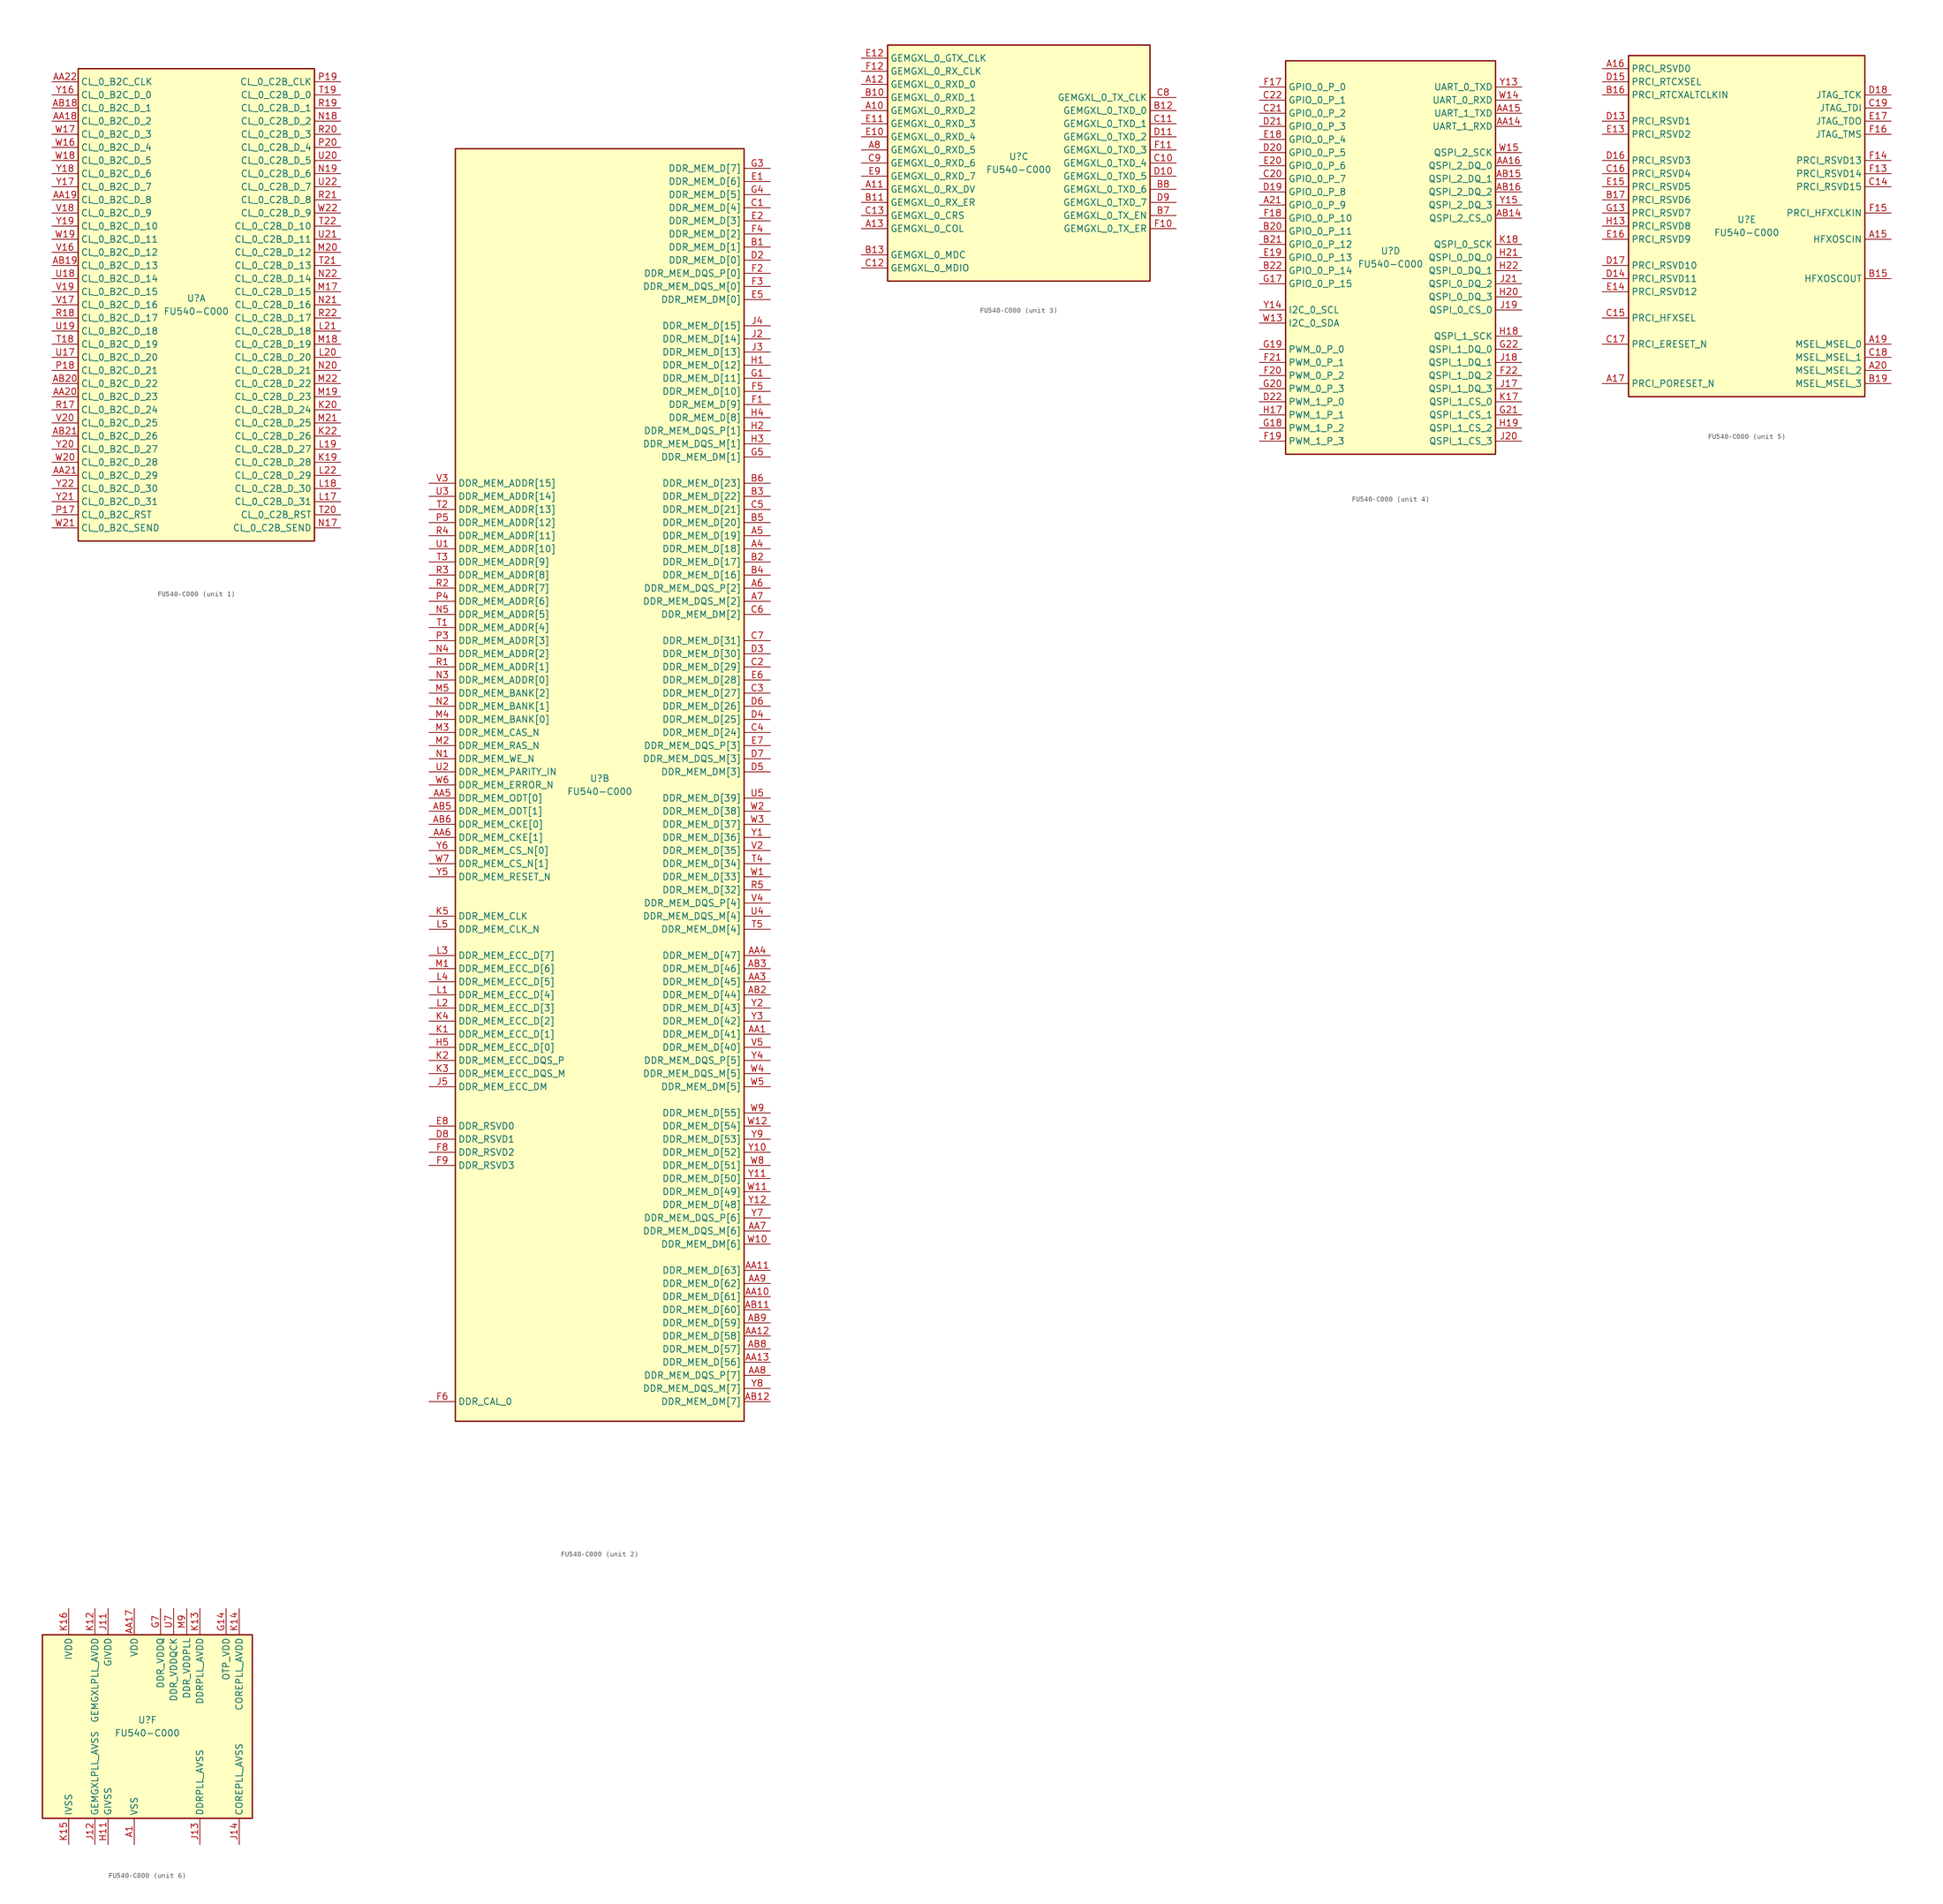
<source format=kicad_sym>
(kicad_symbol_lib
  (version 20211014)
  (generator kicad_symbol_editor)
  (symbol "FU540-C000"
    (property "Reference" "U"
      (at 0 1.27 0)
      (effects (font (size 1.27 1.27))))
    (property "Value" "FU540-C000"
      (at 0 -1.27 0)
      (effects (font (size 1.27 1.27))))
    (property "ki_locked" ""
      (at 0 0 0)
      (effects (font (size 1.27 1.27))))
    (symbol "FU540-C000_1_1"
      (rectangle (start -22.86 -45.72) (end 22.86 45.72) (stroke (width 0.254) (type default) (color 0 0 0 0)) (fill (type background)))
      (pin input line (at -27.94 35.56 0) (length 5.08) (name "CL_0_B2C_D_2" (effects (font (size 1.27 1.27)))) (number "AA18" (effects (font (size 1.27 1.27)))))
      (pin input line (at -27.94 20.32 0) (length 5.08) (name "CL_0_B2C_D_8" (effects (font (size 1.27 1.27)))) (number "AA19" (effects (font (size 1.27 1.27)))))
      (pin input line (at -27.94 -17.78 0) (length 5.08) (name "CL_0_B2C_D_23" (effects (font (size 1.27 1.27)))) (number "AA20" (effects (font (size 1.27 1.27)))))
      (pin input line (at -27.94 -33.02 0) (length 5.08) (name "CL_0_B2C_D_29" (effects (font (size 1.27 1.27)))) (number "AA21" (effects (font (size 1.27 1.27)))))
      (pin input line (at -27.94 43.18 0) (length 5.08) (name "CL_0_B2C_CLK" (effects (font (size 1.27 1.27)))) (number "AA22" (effects (font (size 1.27 1.27)))))
      (pin input line (at -27.94 38.1 0) (length 5.08) (name "CL_0_B2C_D_1" (effects (font (size 1.27 1.27)))) (number "AB18" (effects (font (size 1.27 1.27)))))
      (pin input line (at -27.94 7.62 0) (length 5.08) (name "CL_0_B2C_D_13" (effects (font (size 1.27 1.27)))) (number "AB19" (effects (font (size 1.27 1.27)))))
      (pin input line (at -27.94 -15.24 0) (length 5.08) (name "CL_0_B2C_D_22" (effects (font (size 1.27 1.27)))) (number "AB20" (effects (font (size 1.27 1.27)))))
      (pin input line (at -27.94 -25.4 0) (length 5.08) (name "CL_0_B2C_D_26" (effects (font (size 1.27 1.27)))) (number "AB21" (effects (font (size 1.27 1.27)))))
      (pin output line (at 27.94 -30.48 180) (length 5.08) (name "CL_0_C2B_D_28" (effects (font (size 1.27 1.27)))) (number "K19" (effects (font (size 1.27 1.27)))))
      (pin output line (at 27.94 -20.32 180) (length 5.08) (name "CL_0_C2B_D_24" (effects (font (size 1.27 1.27)))) (number "K20" (effects (font (size 1.27 1.27)))))
      (pin output line (at 27.94 -25.4 180) (length 5.08) (name "CL_0_C2B_D_26" (effects (font (size 1.27 1.27)))) (number "K22" (effects (font (size 1.27 1.27)))))
      (pin output line (at 27.94 -38.1 180) (length 5.08) (name "CL_0_C2B_D_31" (effects (font (size 1.27 1.27)))) (number "L17" (effects (font (size 1.27 1.27)))))
      (pin output line (at 27.94 -35.56 180) (length 5.08) (name "CL_0_C2B_D_30" (effects (font (size 1.27 1.27)))) (number "L18" (effects (font (size 1.27 1.27)))))
      (pin output line (at 27.94 -27.94 180) (length 5.08) (name "CL_0_C2B_D_27" (effects (font (size 1.27 1.27)))) (number "L19" (effects (font (size 1.27 1.27)))))
      (pin output line (at 27.94 -10.16 180) (length 5.08) (name "CL_0_C2B_D_20" (effects (font (size 1.27 1.27)))) (number "L20" (effects (font (size 1.27 1.27)))))
      (pin output line (at 27.94 -5.08 180) (length 5.08) (name "CL_0_C2B_D_18" (effects (font (size 1.27 1.27)))) (number "L21" (effects (font (size 1.27 1.27)))))
      (pin output line (at 27.94 -33.02 180) (length 5.08) (name "CL_0_C2B_D_29" (effects (font (size 1.27 1.27)))) (number "L22" (effects (font (size 1.27 1.27)))))
      (pin output line (at 27.94 2.54 180) (length 5.08) (name "CL_0_C2B_D_15" (effects (font (size 1.27 1.27)))) (number "M17" (effects (font (size 1.27 1.27)))))
      (pin output line (at 27.94 -7.62 180) (length 5.08) (name "CL_0_C2B_D_19" (effects (font (size 1.27 1.27)))) (number "M18" (effects (font (size 1.27 1.27)))))
      (pin output line (at 27.94 -17.78 180) (length 5.08) (name "CL_0_C2B_D_23" (effects (font (size 1.27 1.27)))) (number "M19" (effects (font (size 1.27 1.27)))))
      (pin output line (at 27.94 10.16 180) (length 5.08) (name "CL_0_C2B_D_12" (effects (font (size 1.27 1.27)))) (number "M20" (effects (font (size 1.27 1.27)))))
      (pin output line (at 27.94 -22.86 180) (length 5.08) (name "CL_0_C2B_D_25" (effects (font (size 1.27 1.27)))) (number "M21" (effects (font (size 1.27 1.27)))))
      (pin output line (at 27.94 -15.24 180) (length 5.08) (name "CL_0_C2B_D_22" (effects (font (size 1.27 1.27)))) (number "M22" (effects (font (size 1.27 1.27)))))
      (pin output line (at 27.94 -43.18 180) (length 5.08) (name "CL_0_C2B_SEND" (effects (font (size 1.27 1.27)))) (number "N17" (effects (font (size 1.27 1.27)))))
      (pin output line (at 27.94 35.56 180) (length 5.08) (name "CL_0_C2B_D_2" (effects (font (size 1.27 1.27)))) (number "N18" (effects (font (size 1.27 1.27)))))
      (pin output line (at 27.94 25.4 180) (length 5.08) (name "CL_0_C2B_D_6" (effects (font (size 1.27 1.27)))) (number "N19" (effects (font (size 1.27 1.27)))))
      (pin output line (at 27.94 -12.7 180) (length 5.08) (name "CL_0_C2B_D_21" (effects (font (size 1.27 1.27)))) (number "N20" (effects (font (size 1.27 1.27)))))
      (pin output line (at 27.94 0 180) (length 5.08) (name "CL_0_C2B_D_16" (effects (font (size 1.27 1.27)))) (number "N21" (effects (font (size 1.27 1.27)))))
      (pin output line (at 27.94 5.08 180) (length 5.08) (name "CL_0_C2B_D_14" (effects (font (size 1.27 1.27)))) (number "N22" (effects (font (size 1.27 1.27)))))
      (pin input line (at -27.94 -40.64 0) (length 5.08) (name "CL_0_B2C_RST" (effects (font (size 1.27 1.27)))) (number "P17" (effects (font (size 1.27 1.27)))))
      (pin input line (at -27.94 -12.7 0) (length 5.08) (name "CL_0_B2C_D_21" (effects (font (size 1.27 1.27)))) (number "P18" (effects (font (size 1.27 1.27)))))
      (pin output line (at 27.94 43.18 180) (length 5.08) (name "CL_0_C2B_CLK" (effects (font (size 1.27 1.27)))) (number "P19" (effects (font (size 1.27 1.27)))))
      (pin output line (at 27.94 30.48 180) (length 5.08) (name "CL_0_C2B_D_4" (effects (font (size 1.27 1.27)))) (number "P20" (effects (font (size 1.27 1.27)))))
      (pin input line (at -27.94 -20.32 0) (length 5.08) (name "CL_0_B2C_D_24" (effects (font (size 1.27 1.27)))) (number "R17" (effects (font (size 1.27 1.27)))))
      (pin input line (at -27.94 -2.54 0) (length 5.08) (name "CL_0_B2C_D_17" (effects (font (size 1.27 1.27)))) (number "R18" (effects (font (size 1.27 1.27)))))
      (pin output line (at 27.94 38.1 180) (length 5.08) (name "CL_0_C2B_D_1" (effects (font (size 1.27 1.27)))) (number "R19" (effects (font (size 1.27 1.27)))))
      (pin output line (at 27.94 33.02 180) (length 5.08) (name "CL_0_C2B_D_3" (effects (font (size 1.27 1.27)))) (number "R20" (effects (font (size 1.27 1.27)))))
      (pin output line (at 27.94 20.32 180) (length 5.08) (name "CL_0_C2B_D_8" (effects (font (size 1.27 1.27)))) (number "R21" (effects (font (size 1.27 1.27)))))
      (pin output line (at 27.94 -2.54 180) (length 5.08) (name "CL_0_C2B_D_17" (effects (font (size 1.27 1.27)))) (number "R22" (effects (font (size 1.27 1.27)))))
      (pin input line (at -27.94 -7.62 0) (length 5.08) (name "CL_0_B2C_D_19" (effects (font (size 1.27 1.27)))) (number "T18" (effects (font (size 1.27 1.27)))))
      (pin output line (at 27.94 40.64 180) (length 5.08) (name "CL_0_C2B_D_0" (effects (font (size 1.27 1.27)))) (number "T19" (effects (font (size 1.27 1.27)))))
      (pin output line (at 27.94 -40.64 180) (length 5.08) (name "CL_0_C2B_RST" (effects (font (size 1.27 1.27)))) (number "T20" (effects (font (size 1.27 1.27)))))
      (pin output line (at 27.94 7.62 180) (length 5.08) (name "CL_0_C2B_D_13" (effects (font (size 1.27 1.27)))) (number "T21" (effects (font (size 1.27 1.27)))))
      (pin output line (at 27.94 15.24 180) (length 5.08) (name "CL_0_C2B_D_10" (effects (font (size 1.27 1.27)))) (number "T22" (effects (font (size 1.27 1.27)))))
      (pin input line (at -27.94 -10.16 0) (length 5.08) (name "CL_0_B2C_D_20" (effects (font (size 1.27 1.27)))) (number "U17" (effects (font (size 1.27 1.27)))))
      (pin input line (at -27.94 5.08 0) (length 5.08) (name "CL_0_B2C_D_14" (effects (font (size 1.27 1.27)))) (number "U18" (effects (font (size 1.27 1.27)))))
      (pin input line (at -27.94 -5.08 0) (length 5.08) (name "CL_0_B2C_D_18" (effects (font (size 1.27 1.27)))) (number "U19" (effects (font (size 1.27 1.27)))))
      (pin output line (at 27.94 27.94 180) (length 5.08) (name "CL_0_C2B_D_5" (effects (font (size 1.27 1.27)))) (number "U20" (effects (font (size 1.27 1.27)))))
      (pin output line (at 27.94 12.7 180) (length 5.08) (name "CL_0_C2B_D_11" (effects (font (size 1.27 1.27)))) (number "U21" (effects (font (size 1.27 1.27)))))
      (pin output line (at 27.94 22.86 180) (length 5.08) (name "CL_0_C2B_D_7" (effects (font (size 1.27 1.27)))) (number "U22" (effects (font (size 1.27 1.27)))))
      (pin input line (at -27.94 10.16 0) (length 5.08) (name "CL_0_B2C_D_12" (effects (font (size 1.27 1.27)))) (number "V16" (effects (font (size 1.27 1.27)))))
      (pin input line (at -27.94 0 0) (length 5.08) (name "CL_0_B2C_D_16" (effects (font (size 1.27 1.27)))) (number "V17" (effects (font (size 1.27 1.27)))))
      (pin input line (at -27.94 17.78 0) (length 5.08) (name "CL_0_B2C_D_9" (effects (font (size 1.27 1.27)))) (number "V18" (effects (font (size 1.27 1.27)))))
      (pin input line (at -27.94 2.54 0) (length 5.08) (name "CL_0_B2C_D_15" (effects (font (size 1.27 1.27)))) (number "V19" (effects (font (size 1.27 1.27)))))
      (pin input line (at -27.94 -22.86 0) (length 5.08) (name "CL_0_B2C_D_25" (effects (font (size 1.27 1.27)))) (number "V20" (effects (font (size 1.27 1.27)))))
      (pin input line (at -27.94 30.48 0) (length 5.08) (name "CL_0_B2C_D_4" (effects (font (size 1.27 1.27)))) (number "W16" (effects (font (size 1.27 1.27)))))
      (pin input line (at -27.94 33.02 0) (length 5.08) (name "CL_0_B2C_D_3" (effects (font (size 1.27 1.27)))) (number "W17" (effects (font (size 1.27 1.27)))))
      (pin input line (at -27.94 27.94 0) (length 5.08) (name "CL_0_B2C_D_5" (effects (font (size 1.27 1.27)))) (number "W18" (effects (font (size 1.27 1.27)))))
      (pin input line (at -27.94 12.7 0) (length 5.08) (name "CL_0_B2C_D_11" (effects (font (size 1.27 1.27)))) (number "W19" (effects (font (size 1.27 1.27)))))
      (pin input line (at -27.94 -30.48 0) (length 5.08) (name "CL_0_B2C_D_28" (effects (font (size 1.27 1.27)))) (number "W20" (effects (font (size 1.27 1.27)))))
      (pin input line (at -27.94 -43.18 0) (length 5.08) (name "CL_0_B2C_SEND" (effects (font (size 1.27 1.27)))) (number "W21" (effects (font (size 1.27 1.27)))))
      (pin output line (at 27.94 17.78 180) (length 5.08) (name "CL_0_C2B_D_9" (effects (font (size 1.27 1.27)))) (number "W22" (effects (font (size 1.27 1.27)))))
      (pin input line (at -27.94 40.64 0) (length 5.08) (name "CL_0_B2C_D_0" (effects (font (size 1.27 1.27)))) (number "Y16" (effects (font (size 1.27 1.27)))))
      (pin input line (at -27.94 22.86 0) (length 5.08) (name "CL_0_B2C_D_7" (effects (font (size 1.27 1.27)))) (number "Y17" (effects (font (size 1.27 1.27)))))
      (pin input line (at -27.94 25.4 0) (length 5.08) (name "CL_0_B2C_D_6" (effects (font (size 1.27 1.27)))) (number "Y18" (effects (font (size 1.27 1.27)))))
      (pin input line (at -27.94 15.24 0) (length 5.08) (name "CL_0_B2C_D_10" (effects (font (size 1.27 1.27)))) (number "Y19" (effects (font (size 1.27 1.27)))))
      (pin input line (at -27.94 -27.94 0) (length 5.08) (name "CL_0_B2C_D_27" (effects (font (size 1.27 1.27)))) (number "Y20" (effects (font (size 1.27 1.27)))))
      (pin input line (at -27.94 -38.1 0) (length 5.08) (name "CL_0_B2C_D_31" (effects (font (size 1.27 1.27)))) (number "Y21" (effects (font (size 1.27 1.27)))))
      (pin input line (at -27.94 -35.56 0) (length 5.08) (name "CL_0_B2C_D_30" (effects (font (size 1.27 1.27)))) (number "Y22" (effects (font (size 1.27 1.27))))))
    (symbol "FU540-C000_2_1"
      (rectangle (start -27.94 -123.19) (end 27.94 123.19) (stroke (width 0.254) (type default) (color 0 0 0 0)) (fill (type background)))
      (pin bidirectional line (at 33.02 45.72 180) (length 5.08) (name "DDR_MEM_D[18]" (effects (font (size 1.27 1.27)))) (number "A4" (effects (font (size 1.27 1.27)))))
      (pin bidirectional line (at 33.02 48.26 180) (length 5.08) (name "DDR_MEM_D[19]" (effects (font (size 1.27 1.27)))) (number "A5" (effects (font (size 1.27 1.27)))))
      (pin bidirectional line (at 33.02 38.1 180) (length 5.08) (name "DDR_MEM_DQS_P[2]" (effects (font (size 1.27 1.27)))) (number "A6" (effects (font (size 1.27 1.27)))))
      (pin bidirectional line (at 33.02 35.56 180) (length 5.08) (name "DDR_MEM_DQS_M[2]" (effects (font (size 1.27 1.27)))) (number "A7" (effects (font (size 1.27 1.27)))))
      (pin bidirectional line (at 33.02 -48.26 180) (length 5.08) (name "DDR_MEM_D[41]" (effects (font (size 1.27 1.27)))) (number "AA1" (effects (font (size 1.27 1.27)))))
      (pin bidirectional line (at 33.02 -99.06 180) (length 5.08) (name "DDR_MEM_D[61]" (effects (font (size 1.27 1.27)))) (number "AA10" (effects (font (size 1.27 1.27)))))
      (pin bidirectional line (at 33.02 -93.98 180) (length 5.08) (name "DDR_MEM_D[63]" (effects (font (size 1.27 1.27)))) (number "AA11" (effects (font (size 1.27 1.27)))))
      (pin bidirectional line (at 33.02 -106.68 180) (length 5.08) (name "DDR_MEM_D[58]" (effects (font (size 1.27 1.27)))) (number "AA12" (effects (font (size 1.27 1.27)))))
      (pin bidirectional line (at 33.02 -111.76 180) (length 5.08) (name "DDR_MEM_D[56]" (effects (font (size 1.27 1.27)))) (number "AA13" (effects (font (size 1.27 1.27)))))
      (pin bidirectional line (at 33.02 -38.1 180) (length 5.08) (name "DDR_MEM_D[45]" (effects (font (size 1.27 1.27)))) (number "AA3" (effects (font (size 1.27 1.27)))))
      (pin bidirectional line (at 33.02 -33.02 180) (length 5.08) (name "DDR_MEM_D[47]" (effects (font (size 1.27 1.27)))) (number "AA4" (effects (font (size 1.27 1.27)))))
      (pin output line (at -33.02 -2.54 0) (length 5.08) (name "DDR_MEM_ODT[0]" (effects (font (size 1.27 1.27)))) (number "AA5" (effects (font (size 1.27 1.27)))))
      (pin output line (at -33.02 -10.16 0) (length 5.08) (name "DDR_MEM_CKE[1]" (effects (font (size 1.27 1.27)))) (number "AA6" (effects (font (size 1.27 1.27)))))
      (pin bidirectional line (at 33.02 -86.36 180) (length 5.08) (name "DDR_MEM_DQS_M[6]" (effects (font (size 1.27 1.27)))) (number "AA7" (effects (font (size 1.27 1.27)))))
      (pin bidirectional line (at 33.02 -114.3 180) (length 5.08) (name "DDR_MEM_DQS_P[7]" (effects (font (size 1.27 1.27)))) (number "AA8" (effects (font (size 1.27 1.27)))))
      (pin bidirectional line (at 33.02 -96.52 180) (length 5.08) (name "DDR_MEM_D[62]" (effects (font (size 1.27 1.27)))) (number "AA9" (effects (font (size 1.27 1.27)))))
      (pin bidirectional line (at 33.02 -101.6 180) (length 5.08) (name "DDR_MEM_D[60]" (effects (font (size 1.27 1.27)))) (number "AB11" (effects (font (size 1.27 1.27)))))
      (pin bidirectional line (at 33.02 -119.38 180) (length 5.08) (name "DDR_MEM_DM[7]" (effects (font (size 1.27 1.27)))) (number "AB12" (effects (font (size 1.27 1.27)))))
      (pin bidirectional line (at 33.02 -40.64 180) (length 5.08) (name "DDR_MEM_D[44]" (effects (font (size 1.27 1.27)))) (number "AB2" (effects (font (size 1.27 1.27)))))
      (pin bidirectional line (at 33.02 -35.56 180) (length 5.08) (name "DDR_MEM_D[46]" (effects (font (size 1.27 1.27)))) (number "AB3" (effects (font (size 1.27 1.27)))))
      (pin output line (at -33.02 -5.08 0) (length 5.08) (name "DDR_MEM_ODT[1]" (effects (font (size 1.27 1.27)))) (number "AB5" (effects (font (size 1.27 1.27)))))
      (pin output line (at -33.02 -7.62 0) (length 5.08) (name "DDR_MEM_CKE[0]" (effects (font (size 1.27 1.27)))) (number "AB6" (effects (font (size 1.27 1.27)))))
      (pin bidirectional line (at 33.02 -109.22 180) (length 5.08) (name "DDR_MEM_D[57]" (effects (font (size 1.27 1.27)))) (number "AB8" (effects (font (size 1.27 1.27)))))
      (pin bidirectional line (at 33.02 -104.14 180) (length 5.08) (name "DDR_MEM_D[59]" (effects (font (size 1.27 1.27)))) (number "AB9" (effects (font (size 1.27 1.27)))))
      (pin bidirectional line (at 33.02 104.14 180) (length 5.08) (name "DDR_MEM_D[1]" (effects (font (size 1.27 1.27)))) (number "B1" (effects (font (size 1.27 1.27)))))
      (pin bidirectional line (at 33.02 43.18 180) (length 5.08) (name "DDR_MEM_D[17]" (effects (font (size 1.27 1.27)))) (number "B2" (effects (font (size 1.27 1.27)))))
      (pin bidirectional line (at 33.02 55.88 180) (length 5.08) (name "DDR_MEM_D[22]" (effects (font (size 1.27 1.27)))) (number "B3" (effects (font (size 1.27 1.27)))))
      (pin bidirectional line (at 33.02 40.64 180) (length 5.08) (name "DDR_MEM_D[16]" (effects (font (size 1.27 1.27)))) (number "B4" (effects (font (size 1.27 1.27)))))
      (pin bidirectional line (at 33.02 50.8 180) (length 5.08) (name "DDR_MEM_D[20]" (effects (font (size 1.27 1.27)))) (number "B5" (effects (font (size 1.27 1.27)))))
      (pin bidirectional line (at 33.02 58.42 180) (length 5.08) (name "DDR_MEM_D[23]" (effects (font (size 1.27 1.27)))) (number "B6" (effects (font (size 1.27 1.27)))))
      (pin bidirectional line (at 33.02 111.76 180) (length 5.08) (name "DDR_MEM_D[4]" (effects (font (size 1.27 1.27)))) (number "C1" (effects (font (size 1.27 1.27)))))
      (pin bidirectional line (at 33.02 22.86 180) (length 5.08) (name "DDR_MEM_D[29]" (effects (font (size 1.27 1.27)))) (number "C2" (effects (font (size 1.27 1.27)))))
      (pin bidirectional line (at 33.02 17.78 180) (length 5.08) (name "DDR_MEM_D[27]" (effects (font (size 1.27 1.27)))) (number "C3" (effects (font (size 1.27 1.27)))))
      (pin bidirectional line (at 33.02 10.16 180) (length 5.08) (name "DDR_MEM_D[24]" (effects (font (size 1.27 1.27)))) (number "C4" (effects (font (size 1.27 1.27)))))
      (pin bidirectional line (at 33.02 53.34 180) (length 5.08) (name "DDR_MEM_D[21]" (effects (font (size 1.27 1.27)))) (number "C5" (effects (font (size 1.27 1.27)))))
      (pin bidirectional line (at 33.02 33.02 180) (length 5.08) (name "DDR_MEM_DM[2]" (effects (font (size 1.27 1.27)))) (number "C6" (effects (font (size 1.27 1.27)))))
      (pin bidirectional line (at 33.02 27.94 180) (length 5.08) (name "DDR_MEM_D[31]" (effects (font (size 1.27 1.27)))) (number "C7" (effects (font (size 1.27 1.27)))))
      (pin bidirectional line (at 33.02 101.6 180) (length 5.08) (name "DDR_MEM_D[0]" (effects (font (size 1.27 1.27)))) (number "D2" (effects (font (size 1.27 1.27)))))
      (pin bidirectional line (at 33.02 25.4 180) (length 5.08) (name "DDR_MEM_D[30]" (effects (font (size 1.27 1.27)))) (number "D3" (effects (font (size 1.27 1.27)))))
      (pin bidirectional line (at 33.02 12.7 180) (length 5.08) (name "DDR_MEM_D[25]" (effects (font (size 1.27 1.27)))) (number "D4" (effects (font (size 1.27 1.27)))))
      (pin bidirectional line (at 33.02 2.54 180) (length 5.08) (name "DDR_MEM_DM[3]" (effects (font (size 1.27 1.27)))) (number "D5" (effects (font (size 1.27 1.27)))))
      (pin bidirectional line (at 33.02 15.24 180) (length 5.08) (name "DDR_MEM_D[26]" (effects (font (size 1.27 1.27)))) (number "D6" (effects (font (size 1.27 1.27)))))
      (pin bidirectional line (at 33.02 5.08 180) (length 5.08) (name "DDR_MEM_DQS_M[3]" (effects (font (size 1.27 1.27)))) (number "D7" (effects (font (size 1.27 1.27)))))
      (pin passive line (at -33.02 -68.58 0) (length 5.08) (name "DDR_RSVD1" (effects (font (size 1.27 1.27)))) (number "D8" (effects (font (size 1.27 1.27)))))
      (pin bidirectional line (at 33.02 116.84 180) (length 5.08) (name "DDR_MEM_D[6]" (effects (font (size 1.27 1.27)))) (number "E1" (effects (font (size 1.27 1.27)))))
      (pin bidirectional line (at 33.02 109.22 180) (length 5.08) (name "DDR_MEM_D[3]" (effects (font (size 1.27 1.27)))) (number "E2" (effects (font (size 1.27 1.27)))))
      (pin bidirectional line (at 33.02 93.98 180) (length 5.08) (name "DDR_MEM_DM[0]" (effects (font (size 1.27 1.27)))) (number "E5" (effects (font (size 1.27 1.27)))))
      (pin bidirectional line (at 33.02 20.32 180) (length 5.08) (name "DDR_MEM_D[28]" (effects (font (size 1.27 1.27)))) (number "E6" (effects (font (size 1.27 1.27)))))
      (pin bidirectional line (at 33.02 7.62 180) (length 5.08) (name "DDR_MEM_DQS_P[3]" (effects (font (size 1.27 1.27)))) (number "E7" (effects (font (size 1.27 1.27)))))
      (pin passive line (at -33.02 -66.04 0) (length 5.08) (name "DDR_RSVD0" (effects (font (size 1.27 1.27)))) (number "E8" (effects (font (size 1.27 1.27)))))
      (pin bidirectional line (at 33.02 73.66 180) (length 5.08) (name "DDR_MEM_D[9]" (effects (font (size 1.27 1.27)))) (number "F1" (effects (font (size 1.27 1.27)))))
      (pin bidirectional line (at 33.02 99.06 180) (length 5.08) (name "DDR_MEM_DQS_P[0]" (effects (font (size 1.27 1.27)))) (number "F2" (effects (font (size 1.27 1.27)))))
      (pin bidirectional line (at 33.02 96.52 180) (length 5.08) (name "DDR_MEM_DQS_M[0]" (effects (font (size 1.27 1.27)))) (number "F3" (effects (font (size 1.27 1.27)))))
      (pin bidirectional line (at 33.02 106.68 180) (length 5.08) (name "DDR_MEM_D[2]" (effects (font (size 1.27 1.27)))) (number "F4" (effects (font (size 1.27 1.27)))))
      (pin bidirectional line (at 33.02 76.2 180) (length 5.08) (name "DDR_MEM_D[10]" (effects (font (size 1.27 1.27)))) (number "F5" (effects (font (size 1.27 1.27)))))
      (pin passive line (at -33.02 -119.38 0) (length 5.08) (name "DDR_CAL_0" (effects (font (size 1.27 1.27)))) (number "F6" (effects (font (size 1.27 1.27)))))
      (pin passive line (at -33.02 -71.12 0) (length 5.08) (name "DDR_RSVD2" (effects (font (size 1.27 1.27)))) (number "F8" (effects (font (size 1.27 1.27)))))
      (pin passive line (at -33.02 -73.66 0) (length 5.08) (name "DDR_RSVD3" (effects (font (size 1.27 1.27)))) (number "F9" (effects (font (size 1.27 1.27)))))
      (pin bidirectional line (at 33.02 78.74 180) (length 5.08) (name "DDR_MEM_D[11]" (effects (font (size 1.27 1.27)))) (number "G1" (effects (font (size 1.27 1.27)))))
      (pin bidirectional line (at 33.02 119.38 180) (length 5.08) (name "DDR_MEM_D[7]" (effects (font (size 1.27 1.27)))) (number "G3" (effects (font (size 1.27 1.27)))))
      (pin bidirectional line (at 33.02 114.3 180) (length 5.08) (name "DDR_MEM_D[5]" (effects (font (size 1.27 1.27)))) (number "G4" (effects (font (size 1.27 1.27)))))
      (pin bidirectional line (at 33.02 63.5 180) (length 5.08) (name "DDR_MEM_DM[1]" (effects (font (size 1.27 1.27)))) (number "G5" (effects (font (size 1.27 1.27)))))
      (pin bidirectional line (at 33.02 81.28 180) (length 5.08) (name "DDR_MEM_D[12]" (effects (font (size 1.27 1.27)))) (number "H1" (effects (font (size 1.27 1.27)))))
      (pin bidirectional line (at 33.02 68.58 180) (length 5.08) (name "DDR_MEM_DQS_P[1]" (effects (font (size 1.27 1.27)))) (number "H2" (effects (font (size 1.27 1.27)))))
      (pin bidirectional line (at 33.02 66.04 180) (length 5.08) (name "DDR_MEM_DQS_M[1]" (effects (font (size 1.27 1.27)))) (number "H3" (effects (font (size 1.27 1.27)))))
      (pin bidirectional line (at 33.02 71.12 180) (length 5.08) (name "DDR_MEM_D[8]" (effects (font (size 1.27 1.27)))) (number "H4" (effects (font (size 1.27 1.27)))))
      (pin bidirectional line (at -33.02 -50.8 0) (length 5.08) (name "DDR_MEM_ECC_D[0]" (effects (font (size 1.27 1.27)))) (number "H5" (effects (font (size 1.27 1.27)))))
      (pin bidirectional line (at 33.02 86.36 180) (length 5.08) (name "DDR_MEM_D[14]" (effects (font (size 1.27 1.27)))) (number "J2" (effects (font (size 1.27 1.27)))))
      (pin bidirectional line (at 33.02 83.82 180) (length 5.08) (name "DDR_MEM_D[13]" (effects (font (size 1.27 1.27)))) (number "J3" (effects (font (size 1.27 1.27)))))
      (pin bidirectional line (at 33.02 88.9 180) (length 5.08) (name "DDR_MEM_D[15]" (effects (font (size 1.27 1.27)))) (number "J4" (effects (font (size 1.27 1.27)))))
      (pin bidirectional line (at -33.02 -58.42 0) (length 5.08) (name "DDR_MEM_ECC_DM" (effects (font (size 1.27 1.27)))) (number "J5" (effects (font (size 1.27 1.27)))))
      (pin bidirectional line (at -33.02 -48.26 0) (length 5.08) (name "DDR_MEM_ECC_D[1]" (effects (font (size 1.27 1.27)))) (number "K1" (effects (font (size 1.27 1.27)))))
      (pin bidirectional line (at -33.02 -53.34 0) (length 5.08) (name "DDR_MEM_ECC_DQS_P" (effects (font (size 1.27 1.27)))) (number "K2" (effects (font (size 1.27 1.27)))))
      (pin bidirectional line (at -33.02 -55.88 0) (length 5.08) (name "DDR_MEM_ECC_DQS_M" (effects (font (size 1.27 1.27)))) (number "K3" (effects (font (size 1.27 1.27)))))
      (pin bidirectional line (at -33.02 -45.72 0) (length 5.08) (name "DDR_MEM_ECC_D[2]" (effects (font (size 1.27 1.27)))) (number "K4" (effects (font (size 1.27 1.27)))))
      (pin output line (at -33.02 -25.4 0) (length 5.08) (name "DDR_MEM_CLK" (effects (font (size 1.27 1.27)))) (number "K5" (effects (font (size 1.27 1.27)))))
      (pin bidirectional line (at -33.02 -40.64 0) (length 5.08) (name "DDR_MEM_ECC_D[4]" (effects (font (size 1.27 1.27)))) (number "L1" (effects (font (size 1.27 1.27)))))
      (pin bidirectional line (at -33.02 -43.18 0) (length 5.08) (name "DDR_MEM_ECC_D[3]" (effects (font (size 1.27 1.27)))) (number "L2" (effects (font (size 1.27 1.27)))))
      (pin bidirectional line (at -33.02 -33.02 0) (length 5.08) (name "DDR_MEM_ECC_D[7]" (effects (font (size 1.27 1.27)))) (number "L3" (effects (font (size 1.27 1.27)))))
      (pin bidirectional line (at -33.02 -38.1 0) (length 5.08) (name "DDR_MEM_ECC_D[5]" (effects (font (size 1.27 1.27)))) (number "L4" (effects (font (size 1.27 1.27)))))
      (pin output line (at -33.02 -27.94 0) (length 5.08) (name "DDR_MEM_CLK_N" (effects (font (size 1.27 1.27)))) (number "L5" (effects (font (size 1.27 1.27)))))
      (pin bidirectional line (at -33.02 -35.56 0) (length 5.08) (name "DDR_MEM_ECC_D[6]" (effects (font (size 1.27 1.27)))) (number "M1" (effects (font (size 1.27 1.27)))))
      (pin output line (at -33.02 7.62 0) (length 5.08) (name "DDR_MEM_RAS_N" (effects (font (size 1.27 1.27)))) (number "M2" (effects (font (size 1.27 1.27)))))
      (pin output line (at -33.02 10.16 0) (length 5.08) (name "DDR_MEM_CAS_N" (effects (font (size 1.27 1.27)))) (number "M3" (effects (font (size 1.27 1.27)))))
      (pin output line (at -33.02 12.7 0) (length 5.08) (name "DDR_MEM_BANK[0]" (effects (font (size 1.27 1.27)))) (number "M4" (effects (font (size 1.27 1.27)))))
      (pin output line (at -33.02 17.78 0) (length 5.08) (name "DDR_MEM_BANK[2]" (effects (font (size 1.27 1.27)))) (number "M5" (effects (font (size 1.27 1.27)))))
      (pin output line (at -33.02 5.08 0) (length 5.08) (name "DDR_MEM_WE_N" (effects (font (size 1.27 1.27)))) (number "N1" (effects (font (size 1.27 1.27)))))
      (pin output line (at -33.02 15.24 0) (length 5.08) (name "DDR_MEM_BANK[1]" (effects (font (size 1.27 1.27)))) (number "N2" (effects (font (size 1.27 1.27)))))
      (pin output line (at -33.02 20.32 0) (length 5.08) (name "DDR_MEM_ADDR[0]" (effects (font (size 1.27 1.27)))) (number "N3" (effects (font (size 1.27 1.27)))))
      (pin output line (at -33.02 25.4 0) (length 5.08) (name "DDR_MEM_ADDR[2]" (effects (font (size 1.27 1.27)))) (number "N4" (effects (font (size 1.27 1.27)))))
      (pin output line (at -33.02 33.02 0) (length 5.08) (name "DDR_MEM_ADDR[5]" (effects (font (size 1.27 1.27)))) (number "N5" (effects (font (size 1.27 1.27)))))
      (pin output line (at -33.02 27.94 0) (length 5.08) (name "DDR_MEM_ADDR[3]" (effects (font (size 1.27 1.27)))) (number "P3" (effects (font (size 1.27 1.27)))))
      (pin output line (at -33.02 35.56 0) (length 5.08) (name "DDR_MEM_ADDR[6]" (effects (font (size 1.27 1.27)))) (number "P4" (effects (font (size 1.27 1.27)))))
      (pin output line (at -33.02 50.8 0) (length 5.08) (name "DDR_MEM_ADDR[12]" (effects (font (size 1.27 1.27)))) (number "P5" (effects (font (size 1.27 1.27)))))
      (pin output line (at -33.02 22.86 0) (length 5.08) (name "DDR_MEM_ADDR[1]" (effects (font (size 1.27 1.27)))) (number "R1" (effects (font (size 1.27 1.27)))))
      (pin output line (at -33.02 38.1 0) (length 5.08) (name "DDR_MEM_ADDR[7]" (effects (font (size 1.27 1.27)))) (number "R2" (effects (font (size 1.27 1.27)))))
      (pin output line (at -33.02 40.64 0) (length 5.08) (name "DDR_MEM_ADDR[8]" (effects (font (size 1.27 1.27)))) (number "R3" (effects (font (size 1.27 1.27)))))
      (pin output line (at -33.02 48.26 0) (length 5.08) (name "DDR_MEM_ADDR[11]" (effects (font (size 1.27 1.27)))) (number "R4" (effects (font (size 1.27 1.27)))))
      (pin bidirectional line (at 33.02 -20.32 180) (length 5.08) (name "DDR_MEM_D[32]" (effects (font (size 1.27 1.27)))) (number "R5" (effects (font (size 1.27 1.27)))))
      (pin output line (at -33.02 30.48 0) (length 5.08) (name "DDR_MEM_ADDR[4]" (effects (font (size 1.27 1.27)))) (number "T1" (effects (font (size 1.27 1.27)))))
      (pin output line (at -33.02 53.34 0) (length 5.08) (name "DDR_MEM_ADDR[13]" (effects (font (size 1.27 1.27)))) (number "T2" (effects (font (size 1.27 1.27)))))
      (pin output line (at -33.02 43.18 0) (length 5.08) (name "DDR_MEM_ADDR[9]" (effects (font (size 1.27 1.27)))) (number "T3" (effects (font (size 1.27 1.27)))))
      (pin bidirectional line (at 33.02 -15.24 180) (length 5.08) (name "DDR_MEM_D[34]" (effects (font (size 1.27 1.27)))) (number "T4" (effects (font (size 1.27 1.27)))))
      (pin bidirectional line (at 33.02 -27.94 180) (length 5.08) (name "DDR_MEM_DM[4]" (effects (font (size 1.27 1.27)))) (number "T5" (effects (font (size 1.27 1.27)))))
      (pin output line (at -33.02 45.72 0) (length 5.08) (name "DDR_MEM_ADDR[10]" (effects (font (size 1.27 1.27)))) (number "U1" (effects (font (size 1.27 1.27)))))
      (pin output line (at -33.02 2.54 0) (length 5.08) (name "DDR_MEM_PARITY_IN" (effects (font (size 1.27 1.27)))) (number "U2" (effects (font (size 1.27 1.27)))))
      (pin output line (at -33.02 55.88 0) (length 5.08) (name "DDR_MEM_ADDR[14]" (effects (font (size 1.27 1.27)))) (number "U3" (effects (font (size 1.27 1.27)))))
      (pin bidirectional line (at 33.02 -25.4 180) (length 5.08) (name "DDR_MEM_DQS_M[4]" (effects (font (size 1.27 1.27)))) (number "U4" (effects (font (size 1.27 1.27)))))
      (pin bidirectional line (at 33.02 -2.54 180) (length 5.08) (name "DDR_MEM_D[39]" (effects (font (size 1.27 1.27)))) (number "U5" (effects (font (size 1.27 1.27)))))
      (pin bidirectional line (at 33.02 -12.7 180) (length 5.08) (name "DDR_MEM_D[35]" (effects (font (size 1.27 1.27)))) (number "V2" (effects (font (size 1.27 1.27)))))
      (pin output line (at -33.02 58.42 0) (length 5.08) (name "DDR_MEM_ADDR[15]" (effects (font (size 1.27 1.27)))) (number "V3" (effects (font (size 1.27 1.27)))))
      (pin bidirectional line (at 33.02 -22.86 180) (length 5.08) (name "DDR_MEM_DQS_P[4]" (effects (font (size 1.27 1.27)))) (number "V4" (effects (font (size 1.27 1.27)))))
      (pin bidirectional line (at 33.02 -50.8 180) (length 5.08) (name "DDR_MEM_D[40]" (effects (font (size 1.27 1.27)))) (number "V5" (effects (font (size 1.27 1.27)))))
      (pin bidirectional line (at 33.02 -17.78 180) (length 5.08) (name "DDR_MEM_D[33]" (effects (font (size 1.27 1.27)))) (number "W1" (effects (font (size 1.27 1.27)))))
      (pin bidirectional line (at 33.02 -88.9 180) (length 5.08) (name "DDR_MEM_DM[6]" (effects (font (size 1.27 1.27)))) (number "W10" (effects (font (size 1.27 1.27)))))
      (pin bidirectional line (at 33.02 -78.74 180) (length 5.08) (name "DDR_MEM_D[49]" (effects (font (size 1.27 1.27)))) (number "W11" (effects (font (size 1.27 1.27)))))
      (pin bidirectional line (at 33.02 -66.04 180) (length 5.08) (name "DDR_MEM_D[54]" (effects (font (size 1.27 1.27)))) (number "W12" (effects (font (size 1.27 1.27)))))
      (pin bidirectional line (at 33.02 -5.08 180) (length 5.08) (name "DDR_MEM_D[38]" (effects (font (size 1.27 1.27)))) (number "W2" (effects (font (size 1.27 1.27)))))
      (pin bidirectional line (at 33.02 -7.62 180) (length 5.08) (name "DDR_MEM_D[37]" (effects (font (size 1.27 1.27)))) (number "W3" (effects (font (size 1.27 1.27)))))
      (pin bidirectional line (at 33.02 -55.88 180) (length 5.08) (name "DDR_MEM_DQS_M[5]" (effects (font (size 1.27 1.27)))) (number "W4" (effects (font (size 1.27 1.27)))))
      (pin bidirectional line (at 33.02 -58.42 180) (length 5.08) (name "DDR_MEM_DM[5]" (effects (font (size 1.27 1.27)))) (number "W5" (effects (font (size 1.27 1.27)))))
      (pin input line (at -33.02 0 0) (length 5.08) (name "DDR_MEM_ERROR_N" (effects (font (size 1.27 1.27)))) (number "W6" (effects (font (size 1.27 1.27)))))
      (pin output line (at -33.02 -15.24 0) (length 5.08) (name "DDR_MEM_CS_N[1]" (effects (font (size 1.27 1.27)))) (number "W7" (effects (font (size 1.27 1.27)))))
      (pin bidirectional line (at 33.02 -73.66 180) (length 5.08) (name "DDR_MEM_D[51]" (effects (font (size 1.27 1.27)))) (number "W8" (effects (font (size 1.27 1.27)))))
      (pin bidirectional line (at 33.02 -63.5 180) (length 5.08) (name "DDR_MEM_D[55]" (effects (font (size 1.27 1.27)))) (number "W9" (effects (font (size 1.27 1.27)))))
      (pin bidirectional line (at 33.02 -10.16 180) (length 5.08) (name "DDR_MEM_D[36]" (effects (font (size 1.27 1.27)))) (number "Y1" (effects (font (size 1.27 1.27)))))
      (pin bidirectional line (at 33.02 -71.12 180) (length 5.08) (name "DDR_MEM_D[52]" (effects (font (size 1.27 1.27)))) (number "Y10" (effects (font (size 1.27 1.27)))))
      (pin bidirectional line (at 33.02 -76.2 180) (length 5.08) (name "DDR_MEM_D[50]" (effects (font (size 1.27 1.27)))) (number "Y11" (effects (font (size 1.27 1.27)))))
      (pin bidirectional line (at 33.02 -81.28 180) (length 5.08) (name "DDR_MEM_D[48]" (effects (font (size 1.27 1.27)))) (number "Y12" (effects (font (size 1.27 1.27)))))
      (pin bidirectional line (at 33.02 -43.18 180) (length 5.08) (name "DDR_MEM_D[43]" (effects (font (size 1.27 1.27)))) (number "Y2" (effects (font (size 1.27 1.27)))))
      (pin bidirectional line (at 33.02 -45.72 180) (length 5.08) (name "DDR_MEM_D[42]" (effects (font (size 1.27 1.27)))) (number "Y3" (effects (font (size 1.27 1.27)))))
      (pin bidirectional line (at 33.02 -53.34 180) (length 5.08) (name "DDR_MEM_DQS_P[5]" (effects (font (size 1.27 1.27)))) (number "Y4" (effects (font (size 1.27 1.27)))))
      (pin output line (at -33.02 -17.78 0) (length 5.08) (name "DDR_MEM_RESET_N" (effects (font (size 1.27 1.27)))) (number "Y5" (effects (font (size 1.27 1.27)))))
      (pin output line (at -33.02 -12.7 0) (length 5.08) (name "DDR_MEM_CS_N[0]" (effects (font (size 1.27 1.27)))) (number "Y6" (effects (font (size 1.27 1.27)))))
      (pin bidirectional line (at 33.02 -83.82 180) (length 5.08) (name "DDR_MEM_DQS_P[6]" (effects (font (size 1.27 1.27)))) (number "Y7" (effects (font (size 1.27 1.27)))))
      (pin bidirectional line (at 33.02 -116.84 180) (length 5.08) (name "DDR_MEM_DQS_M[7]" (effects (font (size 1.27 1.27)))) (number "Y8" (effects (font (size 1.27 1.27)))))
      (pin bidirectional line (at 33.02 -68.58 180) (length 5.08) (name "DDR_MEM_D[53]" (effects (font (size 1.27 1.27)))) (number "Y9" (effects (font (size 1.27 1.27))))))
    (symbol "FU540-C000_3_1"
      (rectangle (start -25.4 -22.86) (end 25.4 22.86) (stroke (width 0.254) (type default) (color 0 0 0 0)) (fill (type background)))
      (pin input line (at -30.48 10.16 0) (length 5.08) (name "GEMGXL_0_RXD_2" (effects (font (size 1.27 1.27)))) (number "A10" (effects (font (size 1.27 1.27)))))
      (pin input line (at -30.48 -5.08 0) (length 5.08) (name "GEMGXL_0_RX_DV" (effects (font (size 1.27 1.27)))) (number "A11" (effects (font (size 1.27 1.27)))))
      (pin input line (at -30.48 15.24 0) (length 5.08) (name "GEMGXL_0_RXD_0" (effects (font (size 1.27 1.27)))) (number "A12" (effects (font (size 1.27 1.27)))))
      (pin input line (at -30.48 -12.7 0) (length 5.08) (name "GEMGXL_0_COL" (effects (font (size 1.27 1.27)))) (number "A13" (effects (font (size 1.27 1.27)))))
      (pin input line (at -30.48 2.54 0) (length 5.08) (name "GEMGXL_0_RXD_5" (effects (font (size 1.27 1.27)))) (number "A8" (effects (font (size 1.27 1.27)))))
      (pin input line (at -30.48 12.7 0) (length 5.08) (name "GEMGXL_0_RXD_1" (effects (font (size 1.27 1.27)))) (number "B10" (effects (font (size 1.27 1.27)))))
      (pin input line (at -30.48 -7.62 0) (length 5.08) (name "GEMGXL_0_RX_ER" (effects (font (size 1.27 1.27)))) (number "B11" (effects (font (size 1.27 1.27)))))
      (pin output line (at 30.48 10.16 180) (length 5.08) (name "GEMGXL_0_TXD_0" (effects (font (size 1.27 1.27)))) (number "B12" (effects (font (size 1.27 1.27)))))
      (pin output line (at -30.48 -17.78 0) (length 5.08) (name "GEMGXL_0_MDC" (effects (font (size 1.27 1.27)))) (number "B13" (effects (font (size 1.27 1.27)))))
      (pin output line (at 30.48 -10.16 180) (length 5.08) (name "GEMGXL_0_TX_EN" (effects (font (size 1.27 1.27)))) (number "B7" (effects (font (size 1.27 1.27)))))
      (pin output line (at 30.48 -5.08 180) (length 5.08) (name "GEMGXL_0_TXD_6" (effects (font (size 1.27 1.27)))) (number "B8" (effects (font (size 1.27 1.27)))))
      (pin output line (at 30.48 0 180) (length 5.08) (name "GEMGXL_0_TXD_4" (effects (font (size 1.27 1.27)))) (number "C10" (effects (font (size 1.27 1.27)))))
      (pin output line (at 30.48 7.62 180) (length 5.08) (name "GEMGXL_0_TXD_1" (effects (font (size 1.27 1.27)))) (number "C11" (effects (font (size 1.27 1.27)))))
      (pin bidirectional line (at -30.48 -20.32 0) (length 5.08) (name "GEMGXL_0_MDIO" (effects (font (size 1.27 1.27)))) (number "C12" (effects (font (size 1.27 1.27)))))
      (pin input line (at -30.48 -10.16 0) (length 5.08) (name "GEMGXL_0_CRS" (effects (font (size 1.27 1.27)))) (number "C13" (effects (font (size 1.27 1.27)))))
      (pin input line (at 30.48 12.7 180) (length 5.08) (name "GEMGXL_0_TX_CLK" (effects (font (size 1.27 1.27)))) (number "C8" (effects (font (size 1.27 1.27)))))
      (pin input line (at -30.48 0 0) (length 5.08) (name "GEMGXL_0_RXD_6" (effects (font (size 1.27 1.27)))) (number "C9" (effects (font (size 1.27 1.27)))))
      (pin output line (at 30.48 -2.54 180) (length 5.08) (name "GEMGXL_0_TXD_5" (effects (font (size 1.27 1.27)))) (number "D10" (effects (font (size 1.27 1.27)))))
      (pin output line (at 30.48 5.08 180) (length 5.08) (name "GEMGXL_0_TXD_2" (effects (font (size 1.27 1.27)))) (number "D11" (effects (font (size 1.27 1.27)))))
      (pin output line (at 30.48 -7.62 180) (length 5.08) (name "GEMGXL_0_TXD_7" (effects (font (size 1.27 1.27)))) (number "D9" (effects (font (size 1.27 1.27)))))
      (pin input line (at -30.48 5.08 0) (length 5.08) (name "GEMGXL_0_RXD_4" (effects (font (size 1.27 1.27)))) (number "E10" (effects (font (size 1.27 1.27)))))
      (pin input line (at -30.48 7.62 0) (length 5.08) (name "GEMGXL_0_RXD_3" (effects (font (size 1.27 1.27)))) (number "E11" (effects (font (size 1.27 1.27)))))
      (pin input line (at -30.48 20.32 0) (length 5.08) (name "GEMGXL_0_GTX_CLK" (effects (font (size 1.27 1.27)))) (number "E12" (effects (font (size 1.27 1.27)))))
      (pin input line (at -30.48 -2.54 0) (length 5.08) (name "GEMGXL_0_RXD_7" (effects (font (size 1.27 1.27)))) (number "E9" (effects (font (size 1.27 1.27)))))
      (pin output line (at 30.48 -12.7 180) (length 5.08) (name "GEMGXL_0_TX_ER" (effects (font (size 1.27 1.27)))) (number "F10" (effects (font (size 1.27 1.27)))))
      (pin output line (at 30.48 2.54 180) (length 5.08) (name "GEMGXL_0_TXD_3" (effects (font (size 1.27 1.27)))) (number "F11" (effects (font (size 1.27 1.27)))))
      (pin input line (at -30.48 17.78 0) (length 5.08) (name "GEMGXL_0_RX_CLK" (effects (font (size 1.27 1.27)))) (number "F12" (effects (font (size 1.27 1.27))))))
    (symbol "FU540-C000_4_1"
      (rectangle (start -20.32 -38.1) (end 20.32 38.1) (stroke (width 0.254) (type default) (color 0 0 0 0)) (fill (type background)))
      (pin bidirectional line (at -25.4 10.16 0) (length 5.08) (name "GPIO_0_P_9" (effects (font (size 1.27 1.27)))) (number "A21" (effects (font (size 1.27 1.27)))))
      (pin input line (at 25.4 25.4 180) (length 5.08) (name "UART_1_RXD" (effects (font (size 1.27 1.27)))) (number "AA14" (effects (font (size 1.27 1.27)))))
      (pin output line (at 25.4 27.94 180) (length 5.08) (name "UART_1_TXD" (effects (font (size 1.27 1.27)))) (number "AA15" (effects (font (size 1.27 1.27)))))
      (pin bidirectional line (at 25.4 17.78 180) (length 5.08) (name "QSPI_2_DQ_0" (effects (font (size 1.27 1.27)))) (number "AA16" (effects (font (size 1.27 1.27)))))
      (pin output line (at 25.4 7.62 180) (length 5.08) (name "QSPI_2_CS_0" (effects (font (size 1.27 1.27)))) (number "AB14" (effects (font (size 1.27 1.27)))))
      (pin bidirectional line (at 25.4 15.24 180) (length 5.08) (name "QSPI_2_DQ_1" (effects (font (size 1.27 1.27)))) (number "AB15" (effects (font (size 1.27 1.27)))))
      (pin bidirectional line (at 25.4 12.7 180) (length 5.08) (name "QSPI_2_DQ_2" (effects (font (size 1.27 1.27)))) (number "AB16" (effects (font (size 1.27 1.27)))))
      (pin bidirectional line (at -25.4 5.08 0) (length 5.08) (name "GPIO_0_P_11" (effects (font (size 1.27 1.27)))) (number "B20" (effects (font (size 1.27 1.27)))))
      (pin bidirectional line (at -25.4 2.54 0) (length 5.08) (name "GPIO_0_P_12" (effects (font (size 1.27 1.27)))) (number "B21" (effects (font (size 1.27 1.27)))))
      (pin bidirectional line (at -25.4 -2.54 0) (length 5.08) (name "GPIO_0_P_14" (effects (font (size 1.27 1.27)))) (number "B22" (effects (font (size 1.27 1.27)))))
      (pin bidirectional line (at -25.4 15.24 0) (length 5.08) (name "GPIO_0_P_7" (effects (font (size 1.27 1.27)))) (number "C20" (effects (font (size 1.27 1.27)))))
      (pin bidirectional line (at -25.4 27.94 0) (length 5.08) (name "GPIO_0_P_2" (effects (font (size 1.27 1.27)))) (number "C21" (effects (font (size 1.27 1.27)))))
      (pin bidirectional line (at -25.4 30.48 0) (length 5.08) (name "GPIO_0_P_1" (effects (font (size 1.27 1.27)))) (number "C22" (effects (font (size 1.27 1.27)))))
      (pin bidirectional line (at -25.4 12.7 0) (length 5.08) (name "GPIO_0_P_8" (effects (font (size 1.27 1.27)))) (number "D19" (effects (font (size 1.27 1.27)))))
      (pin bidirectional line (at -25.4 20.32 0) (length 5.08) (name "GPIO_0_P_5" (effects (font (size 1.27 1.27)))) (number "D20" (effects (font (size 1.27 1.27)))))
      (pin bidirectional line (at -25.4 25.4 0) (length 5.08) (name "GPIO_0_P_3" (effects (font (size 1.27 1.27)))) (number "D21" (effects (font (size 1.27 1.27)))))
      (pin bidirectional line (at -25.4 -27.94 0) (length 5.08) (name "PWM_1_P_0" (effects (font (size 1.27 1.27)))) (number "D22" (effects (font (size 1.27 1.27)))))
      (pin bidirectional line (at -25.4 22.86 0) (length 5.08) (name "GPIO_0_P_4" (effects (font (size 1.27 1.27)))) (number "E18" (effects (font (size 1.27 1.27)))))
      (pin bidirectional line (at -25.4 0 0) (length 5.08) (name "GPIO_0_P_13" (effects (font (size 1.27 1.27)))) (number "E19" (effects (font (size 1.27 1.27)))))
      (pin bidirectional line (at -25.4 17.78 0) (length 5.08) (name "GPIO_0_P_6" (effects (font (size 1.27 1.27)))) (number "E20" (effects (font (size 1.27 1.27)))))
      (pin bidirectional line (at -25.4 33.02 0) (length 5.08) (name "GPIO_0_P_0" (effects (font (size 1.27 1.27)))) (number "F17" (effects (font (size 1.27 1.27)))))
      (pin bidirectional line (at -25.4 7.62 0) (length 5.08) (name "GPIO_0_P_10" (effects (font (size 1.27 1.27)))) (number "F18" (effects (font (size 1.27 1.27)))))
      (pin bidirectional line (at -25.4 -35.56 0) (length 5.08) (name "PWM_1_P_3" (effects (font (size 1.27 1.27)))) (number "F19" (effects (font (size 1.27 1.27)))))
      (pin bidirectional line (at -25.4 -22.86 0) (length 5.08) (name "PWM_0_P_2" (effects (font (size 1.27 1.27)))) (number "F20" (effects (font (size 1.27 1.27)))))
      (pin bidirectional line (at -25.4 -20.32 0) (length 5.08) (name "PWM_0_P_1" (effects (font (size 1.27 1.27)))) (number "F21" (effects (font (size 1.27 1.27)))))
      (pin bidirectional line (at 25.4 -22.86 180) (length 5.08) (name "QSPI_1_DQ_2" (effects (font (size 1.27 1.27)))) (number "F22" (effects (font (size 1.27 1.27)))))
      (pin bidirectional line (at -25.4 -5.08 0) (length 5.08) (name "GPIO_0_P_15" (effects (font (size 1.27 1.27)))) (number "G17" (effects (font (size 1.27 1.27)))))
      (pin bidirectional line (at -25.4 -33.02 0) (length 5.08) (name "PWM_1_P_2" (effects (font (size 1.27 1.27)))) (number "G18" (effects (font (size 1.27 1.27)))))
      (pin bidirectional line (at -25.4 -17.78 0) (length 5.08) (name "PWM_0_P_0" (effects (font (size 1.27 1.27)))) (number "G19" (effects (font (size 1.27 1.27)))))
      (pin bidirectional line (at -25.4 -25.4 0) (length 5.08) (name "PWM_0_P_3" (effects (font (size 1.27 1.27)))) (number "G20" (effects (font (size 1.27 1.27)))))
      (pin output line (at 25.4 -30.48 180) (length 5.08) (name "QSPI_1_CS_1" (effects (font (size 1.27 1.27)))) (number "G21" (effects (font (size 1.27 1.27)))))
      (pin bidirectional line (at 25.4 -17.78 180) (length 5.08) (name "QSPI_1_DQ_0" (effects (font (size 1.27 1.27)))) (number "G22" (effects (font (size 1.27 1.27)))))
      (pin bidirectional line (at -25.4 -30.48 0) (length 5.08) (name "PWM_1_P_1" (effects (font (size 1.27 1.27)))) (number "H17" (effects (font (size 1.27 1.27)))))
      (pin output line (at 25.4 -15.24 180) (length 5.08) (name "QSPI_1_SCK" (effects (font (size 1.27 1.27)))) (number "H18" (effects (font (size 1.27 1.27)))))
      (pin output line (at 25.4 -33.02 180) (length 5.08) (name "QSPI_1_CS_2" (effects (font (size 1.27 1.27)))) (number "H19" (effects (font (size 1.27 1.27)))))
      (pin bidirectional line (at 25.4 -7.62 180) (length 5.08) (name "QSPI_0_DQ_3" (effects (font (size 1.27 1.27)))) (number "H20" (effects (font (size 1.27 1.27)))))
      (pin bidirectional line (at 25.4 0 180) (length 5.08) (name "QSPI_0_DQ_0" (effects (font (size 1.27 1.27)))) (number "H21" (effects (font (size 1.27 1.27)))))
      (pin bidirectional line (at 25.4 -2.54 180) (length 5.08) (name "QSPI_0_DQ_1" (effects (font (size 1.27 1.27)))) (number "H22" (effects (font (size 1.27 1.27)))))
      (pin bidirectional line (at 25.4 -25.4 180) (length 5.08) (name "QSPI_1_DQ_3" (effects (font (size 1.27 1.27)))) (number "J17" (effects (font (size 1.27 1.27)))))
      (pin bidirectional line (at 25.4 -20.32 180) (length 5.08) (name "QSPI_1_DQ_1" (effects (font (size 1.27 1.27)))) (number "J18" (effects (font (size 1.27 1.27)))))
      (pin output line (at 25.4 -10.16 180) (length 5.08) (name "QSPI_0_CS_0" (effects (font (size 1.27 1.27)))) (number "J19" (effects (font (size 1.27 1.27)))))
      (pin output line (at 25.4 -35.56 180) (length 5.08) (name "QSPI_1_CS_3" (effects (font (size 1.27 1.27)))) (number "J20" (effects (font (size 1.27 1.27)))))
      (pin bidirectional line (at 25.4 -5.08 180) (length 5.08) (name "QSPI_0_DQ_2" (effects (font (size 1.27 1.27)))) (number "J21" (effects (font (size 1.27 1.27)))))
      (pin output line (at 25.4 -27.94 180) (length 5.08) (name "QSPI_1_CS_0" (effects (font (size 1.27 1.27)))) (number "K17" (effects (font (size 1.27 1.27)))))
      (pin output line (at 25.4 2.54 180) (length 5.08) (name "QSPI_0_SCK" (effects (font (size 1.27 1.27)))) (number "K18" (effects (font (size 1.27 1.27)))))
      (pin bidirectional line (at -25.4 -12.7 0) (length 5.08) (name "I2C_0_SDA" (effects (font (size 1.27 1.27)))) (number "W13" (effects (font (size 1.27 1.27)))))
      (pin input line (at 25.4 30.48 180) (length 5.08) (name "UART_0_RXD" (effects (font (size 1.27 1.27)))) (number "W14" (effects (font (size 1.27 1.27)))))
      (pin output line (at 25.4 20.32 180) (length 5.08) (name "QSPI_2_SCK" (effects (font (size 1.27 1.27)))) (number "W15" (effects (font (size 1.27 1.27)))))
      (pin output line (at 25.4 33.02 180) (length 5.08) (name "UART_0_TXD" (effects (font (size 1.27 1.27)))) (number "Y13" (effects (font (size 1.27 1.27)))))
      (pin bidirectional line (at -25.4 -10.16 0) (length 5.08) (name "I2C_0_SCL" (effects (font (size 1.27 1.27)))) (number "Y14" (effects (font (size 1.27 1.27)))))
      (pin bidirectional line (at 25.4 10.16 180) (length 5.08) (name "QSPI_2_DQ_3" (effects (font (size 1.27 1.27)))) (number "Y15" (effects (font (size 1.27 1.27))))))
    (symbol "FU540-C000_5_1"
      (rectangle (start -22.86 -33.02) (end 22.86 33.02) (stroke (width 0.254) (type default) (color 0 0 0 0)) (fill (type background)))
      (pin passive line (at 27.94 -2.54 180) (length 5.08) (name "HFXOSCIN" (effects (font (size 1.27 1.27)))) (number "A15" (effects (font (size 1.27 1.27)))))
      (pin passive line (at -27.94 30.48 0) (length 5.08) (name "PRCI_RSVD0" (effects (font (size 1.27 1.27)))) (number "A16" (effects (font (size 1.27 1.27)))))
      (pin input line (at -27.94 -30.48 0) (length 5.08) (name "PRCI_PORESET_N" (effects (font (size 1.27 1.27)))) (number "A17" (effects (font (size 1.27 1.27)))))
      (pin input line (at 27.94 -22.86 180) (length 5.08) (name "MSEL_MSEL_0" (effects (font (size 1.27 1.27)))) (number "A19" (effects (font (size 1.27 1.27)))))
      (pin input line (at 27.94 -27.94 180) (length 5.08) (name "MSEL_MSEL_2" (effects (font (size 1.27 1.27)))) (number "A20" (effects (font (size 1.27 1.27)))))
      (pin passive line (at 27.94 -10.16 180) (length 5.08) (name "HFXOSCOUT" (effects (font (size 1.27 1.27)))) (number "B15" (effects (font (size 1.27 1.27)))))
      (pin passive line (at -27.94 25.4 0) (length 5.08) (name "PRCI_RTCXALTCLKIN" (effects (font (size 1.27 1.27)))) (number "B16" (effects (font (size 1.27 1.27)))))
      (pin passive line (at -27.94 5.08 0) (length 5.08) (name "PRCI_RSVD6" (effects (font (size 1.27 1.27)))) (number "B17" (effects (font (size 1.27 1.27)))))
      (pin input line (at 27.94 -30.48 180) (length 5.08) (name "MSEL_MSEL_3" (effects (font (size 1.27 1.27)))) (number "B19" (effects (font (size 1.27 1.27)))))
      (pin passive line (at 27.94 7.62 180) (length 5.08) (name "PRCI_RSVD15" (effects (font (size 1.27 1.27)))) (number "C14" (effects (font (size 1.27 1.27)))))
      (pin input line (at -27.94 -17.78 0) (length 5.08) (name "PRCI_HFXSEL" (effects (font (size 1.27 1.27)))) (number "C15" (effects (font (size 1.27 1.27)))))
      (pin passive line (at -27.94 10.16 0) (length 5.08) (name "PRCI_RSVD4" (effects (font (size 1.27 1.27)))) (number "C16" (effects (font (size 1.27 1.27)))))
      (pin input line (at -27.94 -22.86 0) (length 5.08) (name "PRCI_ERESET_N" (effects (font (size 1.27 1.27)))) (number "C17" (effects (font (size 1.27 1.27)))))
      (pin input line (at 27.94 -25.4 180) (length 5.08) (name "MSEL_MSEL_1" (effects (font (size 1.27 1.27)))) (number "C18" (effects (font (size 1.27 1.27)))))
      (pin input line (at 27.94 22.86 180) (length 5.08) (name "JTAG_TDI" (effects (font (size 1.27 1.27)))) (number "C19" (effects (font (size 1.27 1.27)))))
      (pin passive line (at -27.94 20.32 0) (length 5.08) (name "PRCI_RSVD1" (effects (font (size 1.27 1.27)))) (number "D13" (effects (font (size 1.27 1.27)))))
      (pin passive line (at -27.94 -10.16 0) (length 5.08) (name "PRCI_RSVD11" (effects (font (size 1.27 1.27)))) (number "D14" (effects (font (size 1.27 1.27)))))
      (pin input line (at -27.94 27.94 0) (length 5.08) (name "PRCI_RTCXSEL" (effects (font (size 1.27 1.27)))) (number "D15" (effects (font (size 1.27 1.27)))))
      (pin passive line (at -27.94 12.7 0) (length 5.08) (name "PRCI_RSVD3" (effects (font (size 1.27 1.27)))) (number "D16" (effects (font (size 1.27 1.27)))))
      (pin passive line (at -27.94 -7.62 0) (length 5.08) (name "PRCI_RSVD10" (effects (font (size 1.27 1.27)))) (number "D17" (effects (font (size 1.27 1.27)))))
      (pin input line (at 27.94 25.4 180) (length 5.08) (name "JTAG_TCK" (effects (font (size 1.27 1.27)))) (number "D18" (effects (font (size 1.27 1.27)))))
      (pin passive line (at -27.94 17.78 0) (length 5.08) (name "PRCI_RSVD2" (effects (font (size 1.27 1.27)))) (number "E13" (effects (font (size 1.27 1.27)))))
      (pin passive line (at -27.94 -12.7 0) (length 5.08) (name "PRCI_RSVD12" (effects (font (size 1.27 1.27)))) (number "E14" (effects (font (size 1.27 1.27)))))
      (pin passive line (at -27.94 7.62 0) (length 5.08) (name "PRCI_RSVD5" (effects (font (size 1.27 1.27)))) (number "E15" (effects (font (size 1.27 1.27)))))
      (pin passive line (at -27.94 -2.54 0) (length 5.08) (name "PRCI_RSVD9" (effects (font (size 1.27 1.27)))) (number "E16" (effects (font (size 1.27 1.27)))))
      (pin output line (at 27.94 20.32 180) (length 5.08) (name "JTAG_TDO" (effects (font (size 1.27 1.27)))) (number "E17" (effects (font (size 1.27 1.27)))))
      (pin passive line (at 27.94 10.16 180) (length 5.08) (name "PRCI_RSVD14" (effects (font (size 1.27 1.27)))) (number "F13" (effects (font (size 1.27 1.27)))))
      (pin passive line (at 27.94 12.7 180) (length 5.08) (name "PRCI_RSVD13" (effects (font (size 1.27 1.27)))) (number "F14" (effects (font (size 1.27 1.27)))))
      (pin input line (at 27.94 2.54 180) (length 5.08) (name "PRCI_HFXCLKIN" (effects (font (size 1.27 1.27)))) (number "F15" (effects (font (size 1.27 1.27)))))
      (pin input line (at 27.94 17.78 180) (length 5.08) (name "JTAG_TMS" (effects (font (size 1.27 1.27)))) (number "F16" (effects (font (size 1.27 1.27)))))
      (pin passive line (at -27.94 2.54 0) (length 5.08) (name "PRCI_RSVD7" (effects (font (size 1.27 1.27)))) (number "G13" (effects (font (size 1.27 1.27)))))
      (pin passive line (at -27.94 0 0) (length 5.08) (name "PRCI_RSVD8" (effects (font (size 1.27 1.27)))) (number "H13" (effects (font (size 1.27 1.27))))))
    (symbol "FU540-C000_6_1"
      (rectangle (start -20.32 -17.78) (end 20.32 17.78) (stroke (width 0.254) (type default) (color 0 0 0 0)) (fill (type background)))
      (pin power_in line (at -2.54 -22.86 90) (length 5.08) (name "VSS" (effects (font (size 1.27 1.27)))) (number "A1" (effects (font (size 1.27 1.27)))))
      (pin passive line (at -2.54 -22.86 90) (length 5.08) hide (name "VSS" (effects (font (size 1.27 1.27)))) (number "A14" (effects (font (size 1.27 1.27)))))
      (pin passive line (at -2.54 -22.86 90) (length 5.08) hide (name "VSS" (effects (font (size 1.27 1.27)))) (number "A18" (effects (font (size 1.27 1.27)))))
      (pin passive line (at -2.54 -22.86 90) (length 5.08) hide (name "VSS" (effects (font (size 1.27 1.27)))) (number "A2" (effects (font (size 1.27 1.27)))))
      (pin passive line (at -2.54 -22.86 90) (length 5.08) hide (name "VSS" (effects (font (size 1.27 1.27)))) (number "A22" (effects (font (size 1.27 1.27)))))
      (pin passive line (at -2.54 -22.86 90) (length 5.08) hide (name "VSS" (effects (font (size 1.27 1.27)))) (number "A3" (effects (font (size 1.27 1.27)))))
      (pin passive line (at -2.54 -22.86 90) (length 5.08) hide (name "VSS" (effects (font (size 1.27 1.27)))) (number "A9" (effects (font (size 1.27 1.27)))))
      (pin power_in line (at -2.54 22.86 270) (length 5.08) (name "VDD" (effects (font (size 1.27 1.27)))) (number "AA17" (effects (font (size 1.27 1.27)))))
      (pin passive line (at -2.54 -22.86 90) (length 5.08) hide (name "VSS" (effects (font (size 1.27 1.27)))) (number "AA2" (effects (font (size 1.27 1.27)))))
      (pin passive line (at -2.54 -22.86 90) (length 5.08) hide (name "VSS" (effects (font (size 1.27 1.27)))) (number "AB1" (effects (font (size 1.27 1.27)))))
      (pin passive line (at -2.54 -22.86 90) (length 5.08) hide (name "VSS" (effects (font (size 1.27 1.27)))) (number "AB10" (effects (font (size 1.27 1.27)))))
      (pin passive line (at -2.54 -22.86 90) (length 5.08) hide (name "VSS" (effects (font (size 1.27 1.27)))) (number "AB13" (effects (font (size 1.27 1.27)))))
      (pin passive line (at -2.54 -22.86 90) (length 5.08) hide (name "VSS" (effects (font (size 1.27 1.27)))) (number "AB17" (effects (font (size 1.27 1.27)))))
      (pin passive line (at -2.54 -22.86 90) (length 5.08) hide (name "VSS" (effects (font (size 1.27 1.27)))) (number "AB22" (effects (font (size 1.27 1.27)))))
      (pin passive line (at -2.54 -22.86 90) (length 5.08) hide (name "VSS" (effects (font (size 1.27 1.27)))) (number "AB4" (effects (font (size 1.27 1.27)))))
      (pin passive line (at -2.54 -22.86 90) (length 5.08) hide (name "VSS" (effects (font (size 1.27 1.27)))) (number "AB7" (effects (font (size 1.27 1.27)))))
      (pin passive line (at -2.54 22.86 270) (length 5.08) hide (name "VDD" (effects (font (size 1.27 1.27)))) (number "B14" (effects (font (size 1.27 1.27)))))
      (pin passive line (at -2.54 22.86 270) (length 5.08) hide (name "VDD" (effects (font (size 1.27 1.27)))) (number "B18" (effects (font (size 1.27 1.27)))))
      (pin passive line (at -2.54 22.86 270) (length 5.08) hide (name "VDD" (effects (font (size 1.27 1.27)))) (number "B9" (effects (font (size 1.27 1.27)))))
      (pin passive line (at -2.54 -22.86 90) (length 5.08) hide (name "VSS" (effects (font (size 1.27 1.27)))) (number "D1" (effects (font (size 1.27 1.27)))))
      (pin passive line (at -2.54 -22.86 90) (length 5.08) hide (name "VSS" (effects (font (size 1.27 1.27)))) (number "D12" (effects (font (size 1.27 1.27)))))
      (pin passive line (at -2.54 22.86 270) (length 5.08) hide (name "VDD" (effects (font (size 1.27 1.27)))) (number "E21" (effects (font (size 1.27 1.27)))))
      (pin passive line (at -2.54 -22.86 90) (length 5.08) hide (name "VSS" (effects (font (size 1.27 1.27)))) (number "E22" (effects (font (size 1.27 1.27)))))
      (pin passive line (at -2.54 22.86 270) (length 5.08) hide (name "VDD" (effects (font (size 1.27 1.27)))) (number "E3" (effects (font (size 1.27 1.27)))))
      (pin passive line (at -2.54 -22.86 90) (length 5.08) hide (name "VSS" (effects (font (size 1.27 1.27)))) (number "E4" (effects (font (size 1.27 1.27)))))
      (pin passive line (at -2.54 -22.86 90) (length 5.08) hide (name "VSS" (effects (font (size 1.27 1.27)))) (number "F7" (effects (font (size 1.27 1.27)))))
      (pin passive line (at -2.54 -22.86 90) (length 5.08) hide (name "VSS" (effects (font (size 1.27 1.27)))) (number "G10" (effects (font (size 1.27 1.27)))))
      (pin passive line (at -2.54 22.86 270) (length 5.08) hide (name "VDD" (effects (font (size 1.27 1.27)))) (number "G11" (effects (font (size 1.27 1.27)))))
      (pin passive line (at -2.54 -22.86 90) (length 5.08) hide (name "VSS" (effects (font (size 1.27 1.27)))) (number "G12" (effects (font (size 1.27 1.27)))))
      (pin power_in line (at 15.24 22.86 270) (length 5.08) (name "OTP_VDD" (effects (font (size 1.27 1.27)))) (number "G14" (effects (font (size 1.27 1.27)))))
      (pin passive line (at -2.54 22.86 270) (length 5.08) hide (name "VDD" (effects (font (size 1.27 1.27)))) (number "G15" (effects (font (size 1.27 1.27)))))
      (pin passive line (at -2.54 -22.86 90) (length 5.08) hide (name "VSS" (effects (font (size 1.27 1.27)))) (number "G16" (effects (font (size 1.27 1.27)))))
      (pin passive line (at -2.54 -22.86 90) (length 5.08) hide (name "VSS" (effects (font (size 1.27 1.27)))) (number "G2" (effects (font (size 1.27 1.27)))))
      (pin passive line (at -2.54 -22.86 90) (length 5.08) hide (name "VSS" (effects (font (size 1.27 1.27)))) (number "G6" (effects (font (size 1.27 1.27)))))
      (pin power_in line (at 2.54 22.86 270) (length 5.08) (name "DDR_VDDQ" (effects (font (size 1.27 1.27)))) (number "G7" (effects (font (size 1.27 1.27)))))
      (pin passive line (at -2.54 -22.86 90) (length 5.08) hide (name "VSS" (effects (font (size 1.27 1.27)))) (number "G8" (effects (font (size 1.27 1.27)))))
      (pin passive line (at -2.54 22.86 270) (length 5.08) hide (name "VDD" (effects (font (size 1.27 1.27)))) (number "G9" (effects (font (size 1.27 1.27)))))
      (pin passive line (at -2.54 22.86 270) (length 5.08) hide (name "VDD" (effects (font (size 1.27 1.27)))) (number "H10" (effects (font (size 1.27 1.27)))))
      (pin power_in line (at -7.62 -22.86 90) (length 5.08) (name "GIVSS" (effects (font (size 1.27 1.27)))) (number "H11" (effects (font (size 1.27 1.27)))))
      (pin passive line (at -2.54 22.86 270) (length 5.08) hide (name "VDD" (effects (font (size 1.27 1.27)))) (number "H12" (effects (font (size 1.27 1.27)))))
      (pin passive line (at -2.54 22.86 270) (length 5.08) hide (name "VDD" (effects (font (size 1.27 1.27)))) (number "H14" (effects (font (size 1.27 1.27)))))
      (pin passive line (at -2.54 -22.86 90) (length 5.08) hide (name "VSS" (effects (font (size 1.27 1.27)))) (number "H15" (effects (font (size 1.27 1.27)))))
      (pin passive line (at -2.54 22.86 270) (length 5.08) hide (name "VDD" (effects (font (size 1.27 1.27)))) (number "H16" (effects (font (size 1.27 1.27)))))
      (pin passive line (at 2.54 22.86 270) (length 5.08) hide (name "DDR_VDDQ" (effects (font (size 1.27 1.27)))) (number "H6" (effects (font (size 1.27 1.27)))))
      (pin passive line (at -2.54 -22.86 90) (length 5.08) hide (name "VSS" (effects (font (size 1.27 1.27)))) (number "H7" (effects (font (size 1.27 1.27)))))
      (pin passive line (at -2.54 22.86 270) (length 5.08) hide (name "VDD" (effects (font (size 1.27 1.27)))) (number "H8" (effects (font (size 1.27 1.27)))))
      (pin passive line (at -2.54 -22.86 90) (length 5.08) hide (name "VSS" (effects (font (size 1.27 1.27)))) (number "H9" (effects (font (size 1.27 1.27)))))
      (pin passive line (at -2.54 -22.86 90) (length 5.08) hide (name "VSS" (effects (font (size 1.27 1.27)))) (number "J1" (effects (font (size 1.27 1.27)))))
      (pin passive line (at -2.54 -22.86 90) (length 5.08) hide (name "VSS" (effects (font (size 1.27 1.27)))) (number "J10" (effects (font (size 1.27 1.27)))))
      (pin power_in line (at -7.62 22.86 270) (length 5.08) (name "GIVDD" (effects (font (size 1.27 1.27)))) (number "J11" (effects (font (size 1.27 1.27)))))
      (pin power_in line (at -10.16 -22.86 90) (length 5.08) (name "GEMGXLPLL_AVSS" (effects (font (size 1.27 1.27)))) (number "J12" (effects (font (size 1.27 1.27)))))
      (pin power_in line (at 10.16 -22.86 90) (length 5.08) (name "DDRPLL_AVSS" (effects (font (size 1.27 1.27)))) (number "J13" (effects (font (size 1.27 1.27)))))
      (pin power_in line (at 17.78 -22.86 90) (length 5.08) (name "COREPLL_AVSS" (effects (font (size 1.27 1.27)))) (number "J14" (effects (font (size 1.27 1.27)))))
      (pin passive line (at -2.54 22.86 270) (length 5.08) hide (name "VDD" (effects (font (size 1.27 1.27)))) (number "J15" (effects (font (size 1.27 1.27)))))
      (pin passive line (at -2.54 -22.86 90) (length 5.08) hide (name "VSS" (effects (font (size 1.27 1.27)))) (number "J16" (effects (font (size 1.27 1.27)))))
      (pin passive line (at -2.54 -22.86 90) (length 5.08) hide (name "VSS" (effects (font (size 1.27 1.27)))) (number "J22" (effects (font (size 1.27 1.27)))))
      (pin passive line (at -2.54 -22.86 90) (length 5.08) hide (name "VSS" (effects (font (size 1.27 1.27)))) (number "J6" (effects (font (size 1.27 1.27)))))
      (pin passive line (at 2.54 22.86 270) (length 5.08) hide (name "DDR_VDDQ" (effects (font (size 1.27 1.27)))) (number "J7" (effects (font (size 1.27 1.27)))))
      (pin passive line (at -2.54 -22.86 90) (length 5.08) hide (name "VSS" (effects (font (size 1.27 1.27)))) (number "J8" (effects (font (size 1.27 1.27)))))
      (pin passive line (at -2.54 22.86 270) (length 5.08) hide (name "VDD" (effects (font (size 1.27 1.27)))) (number "J9" (effects (font (size 1.27 1.27)))))
      (pin passive line (at -2.54 22.86 270) (length 5.08) hide (name "VDD" (effects (font (size 1.27 1.27)))) (number "K10" (effects (font (size 1.27 1.27)))))
      (pin passive line (at -2.54 -22.86 90) (length 5.08) hide (name "VSS" (effects (font (size 1.27 1.27)))) (number "K11" (effects (font (size 1.27 1.27)))))
      (pin power_in line (at -10.16 22.86 270) (length 5.08) (name "GEMGXLPLL_AVDD" (effects (font (size 1.27 1.27)))) (number "K12" (effects (font (size 1.27 1.27)))))
      (pin power_in line (at 10.16 22.86 270) (length 5.08) (name "DDRPLL_AVDD" (effects (font (size 1.27 1.27)))) (number "K13" (effects (font (size 1.27 1.27)))))
      (pin power_in line (at 17.78 22.86 270) (length 5.08) (name "COREPLL_AVDD" (effects (font (size 1.27 1.27)))) (number "K14" (effects (font (size 1.27 1.27)))))
      (pin power_in line (at -15.24 -22.86 90) (length 5.08) (name "IVSS" (effects (font (size 1.27 1.27)))) (number "K15" (effects (font (size 1.27 1.27)))))
      (pin power_in line (at -15.24 22.86 270) (length 5.08) (name "IVDD" (effects (font (size 1.27 1.27)))) (number "K16" (effects (font (size 1.27 1.27)))))
      (pin passive line (at -2.54 22.86 270) (length 5.08) hide (name "VDD" (effects (font (size 1.27 1.27)))) (number "K21" (effects (font (size 1.27 1.27)))))
      (pin passive line (at 2.54 22.86 270) (length 5.08) hide (name "DDR_VDDQ" (effects (font (size 1.27 1.27)))) (number "K6" (effects (font (size 1.27 1.27)))))
      (pin passive line (at -2.54 -22.86 90) (length 5.08) hide (name "VSS" (effects (font (size 1.27 1.27)))) (number "K7" (effects (font (size 1.27 1.27)))))
      (pin passive line (at -2.54 22.86 270) (length 5.08) hide (name "VDD" (effects (font (size 1.27 1.27)))) (number "K8" (effects (font (size 1.27 1.27)))))
      (pin passive line (at -2.54 -22.86 90) (length 5.08) hide (name "VSS" (effects (font (size 1.27 1.27)))) (number "K9" (effects (font (size 1.27 1.27)))))
      (pin passive line (at -2.54 -22.86 90) (length 5.08) hide (name "VSS" (effects (font (size 1.27 1.27)))) (number "L10" (effects (font (size 1.27 1.27)))))
      (pin passive line (at -2.54 22.86 270) (length 5.08) hide (name "VDD" (effects (font (size 1.27 1.27)))) (number "L11" (effects (font (size 1.27 1.27)))))
      (pin passive line (at -2.54 -22.86 90) (length 5.08) hide (name "VSS" (effects (font (size 1.27 1.27)))) (number "L12" (effects (font (size 1.27 1.27)))))
      (pin passive line (at -2.54 22.86 270) (length 5.08) hide (name "VDD" (effects (font (size 1.27 1.27)))) (number "L13" (effects (font (size 1.27 1.27)))))
      (pin passive line (at -2.54 -22.86 90) (length 5.08) hide (name "VSS" (effects (font (size 1.27 1.27)))) (number "L14" (effects (font (size 1.27 1.27)))))
      (pin passive line (at -15.24 -22.86 90) (length 5.08) hide (name "IVSS" (effects (font (size 1.27 1.27)))) (number "L15" (effects (font (size 1.27 1.27)))))
      (pin passive line (at -15.24 22.86 270) (length 5.08) hide (name "IVDD" (effects (font (size 1.27 1.27)))) (number "L16" (effects (font (size 1.27 1.27)))))
      (pin passive line (at -2.54 -22.86 90) (length 5.08) hide (name "VSS" (effects (font (size 1.27 1.27)))) (number "L6" (effects (font (size 1.27 1.27)))))
      (pin passive line (at 2.54 22.86 270) (length 5.08) hide (name "DDR_VDDQ" (effects (font (size 1.27 1.27)))) (number "L7" (effects (font (size 1.27 1.27)))))
      (pin passive line (at -2.54 -22.86 90) (length 5.08) hide (name "VSS" (effects (font (size 1.27 1.27)))) (number "L8" (effects (font (size 1.27 1.27)))))
      (pin passive line (at 7.62 22.86 270) (length 5.08) hide (name "DDR_VDDPLL" (effects (font (size 1.27 1.27)))) (number "L9" (effects (font (size 1.27 1.27)))))
      (pin passive line (at -2.54 22.86 270) (length 5.08) hide (name "VDD" (effects (font (size 1.27 1.27)))) (number "M10" (effects (font (size 1.27 1.27)))))
      (pin passive line (at -2.54 -22.86 90) (length 5.08) hide (name "VSS" (effects (font (size 1.27 1.27)))) (number "M11" (effects (font (size 1.27 1.27)))))
      (pin passive line (at -2.54 22.86 270) (length 5.08) hide (name "VDD" (effects (font (size 1.27 1.27)))) (number "M12" (effects (font (size 1.27 1.27)))))
      (pin passive line (at -2.54 -22.86 90) (length 5.08) hide (name "VSS" (effects (font (size 1.27 1.27)))) (number "M13" (effects (font (size 1.27 1.27)))))
      (pin passive line (at -2.54 22.86 270) (length 5.08) hide (name "VDD" (effects (font (size 1.27 1.27)))) (number "M14" (effects (font (size 1.27 1.27)))))
      (pin passive line (at -15.24 -22.86 90) (length 5.08) hide (name "IVSS" (effects (font (size 1.27 1.27)))) (number "M15" (effects (font (size 1.27 1.27)))))
      (pin passive line (at -15.24 22.86 270) (length 5.08) hide (name "IVDD" (effects (font (size 1.27 1.27)))) (number "M16" (effects (font (size 1.27 1.27)))))
      (pin passive line (at 2.54 22.86 270) (length 5.08) hide (name "DDR_VDDQ" (effects (font (size 1.27 1.27)))) (number "M6" (effects (font (size 1.27 1.27)))))
      (pin passive line (at -2.54 -22.86 90) (length 5.08) hide (name "VSS" (effects (font (size 1.27 1.27)))) (number "M7" (effects (font (size 1.27 1.27)))))
      (pin passive line (at -2.54 22.86 270) (length 5.08) hide (name "VDD" (effects (font (size 1.27 1.27)))) (number "M8" (effects (font (size 1.27 1.27)))))
      (pin power_in line (at 7.62 22.86 270) (length 5.08) (name "DDR_VDDPLL" (effects (font (size 1.27 1.27)))) (number "M9" (effects (font (size 1.27 1.27)))))
      (pin passive line (at -2.54 -22.86 90) (length 5.08) hide (name "VSS" (effects (font (size 1.27 1.27)))) (number "N10" (effects (font (size 1.27 1.27)))))
      (pin passive line (at -2.54 22.86 270) (length 5.08) hide (name "VDD" (effects (font (size 1.27 1.27)))) (number "N11" (effects (font (size 1.27 1.27)))))
      (pin passive line (at -2.54 -22.86 90) (length 5.08) hide (name "VSS" (effects (font (size 1.27 1.27)))) (number "N12" (effects (font (size 1.27 1.27)))))
      (pin passive line (at -2.54 22.86 270) (length 5.08) hide (name "VDD" (effects (font (size 1.27 1.27)))) (number "N13" (effects (font (size 1.27 1.27)))))
      (pin passive line (at -2.54 -22.86 90) (length 5.08) hide (name "VSS" (effects (font (size 1.27 1.27)))) (number "N14" (effects (font (size 1.27 1.27)))))
      (pin passive line (at -15.24 -22.86 90) (length 5.08) hide (name "IVSS" (effects (font (size 1.27 1.27)))) (number "N15" (effects (font (size 1.27 1.27)))))
      (pin passive line (at -15.24 22.86 270) (length 5.08) hide (name "IVDD" (effects (font (size 1.27 1.27)))) (number "N16" (effects (font (size 1.27 1.27)))))
      (pin passive line (at -2.54 -22.86 90) (length 5.08) hide (name "VSS" (effects (font (size 1.27 1.27)))) (number "N6" (effects (font (size 1.27 1.27)))))
      (pin passive line (at 2.54 22.86 270) (length 5.08) hide (name "DDR_VDDQ" (effects (font (size 1.27 1.27)))) (number "N7" (effects (font (size 1.27 1.27)))))
      (pin passive line (at -2.54 -22.86 90) (length 5.08) hide (name "VSS" (effects (font (size 1.27 1.27)))) (number "N8" (effects (font (size 1.27 1.27)))))
      (pin passive line (at -2.54 22.86 270) (length 5.08) hide (name "VDD" (effects (font (size 1.27 1.27)))) (number "N9" (effects (font (size 1.27 1.27)))))
      (pin passive line (at -2.54 -22.86 90) (length 5.08) hide (name "VSS" (effects (font (size 1.27 1.27)))) (number "P1" (effects (font (size 1.27 1.27)))))
      (pin passive line (at -2.54 22.86 270) (length 5.08) hide (name "VDD" (effects (font (size 1.27 1.27)))) (number "P10" (effects (font (size 1.27 1.27)))))
      (pin passive line (at -2.54 -22.86 90) (length 5.08) hide (name "VSS" (effects (font (size 1.27 1.27)))) (number "P11" (effects (font (size 1.27 1.27)))))
      (pin passive line (at -2.54 22.86 270) (length 5.08) hide (name "VDD" (effects (font (size 1.27 1.27)))) (number "P12" (effects (font (size 1.27 1.27)))))
      (pin passive line (at -2.54 -22.86 90) (length 5.08) hide (name "VSS" (effects (font (size 1.27 1.27)))) (number "P13" (effects (font (size 1.27 1.27)))))
      (pin passive line (at -2.54 22.86 270) (length 5.08) hide (name "VDD" (effects (font (size 1.27 1.27)))) (number "P14" (effects (font (size 1.27 1.27)))))
      (pin passive line (at -2.54 -22.86 90) (length 5.08) hide (name "VSS" (effects (font (size 1.27 1.27)))) (number "P15" (effects (font (size 1.27 1.27)))))
      (pin passive line (at -2.54 22.86 270) (length 5.08) hide (name "VDD" (effects (font (size 1.27 1.27)))) (number "P16" (effects (font (size 1.27 1.27)))))
      (pin passive line (at -2.54 22.86 270) (length 5.08) hide (name "VDD" (effects (font (size 1.27 1.27)))) (number "P2" (effects (font (size 1.27 1.27)))))
      (pin passive line (at -2.54 22.86 270) (length 5.08) hide (name "VDD" (effects (font (size 1.27 1.27)))) (number "P21" (effects (font (size 1.27 1.27)))))
      (pin passive line (at -2.54 -22.86 90) (length 5.08) hide (name "VSS" (effects (font (size 1.27 1.27)))) (number "P22" (effects (font (size 1.27 1.27)))))
      (pin passive line (at 2.54 22.86 270) (length 5.08) hide (name "DDR_VDDQ" (effects (font (size 1.27 1.27)))) (number "P6" (effects (font (size 1.27 1.27)))))
      (pin passive line (at -2.54 -22.86 90) (length 5.08) hide (name "VSS" (effects (font (size 1.27 1.27)))) (number "P7" (effects (font (size 1.27 1.27)))))
      (pin passive line (at -2.54 22.86 270) (length 5.08) hide (name "VDD" (effects (font (size 1.27 1.27)))) (number "P8" (effects (font (size 1.27 1.27)))))
      (pin passive line (at -2.54 -22.86 90) (length 5.08) hide (name "VSS" (effects (font (size 1.27 1.27)))) (number "P9" (effects (font (size 1.27 1.27)))))
      (pin passive line (at -2.54 -22.86 90) (length 5.08) hide (name "VSS" (effects (font (size 1.27 1.27)))) (number "R10" (effects (font (size 1.27 1.27)))))
      (pin passive line (at -2.54 22.86 270) (length 5.08) hide (name "VDD" (effects (font (size 1.27 1.27)))) (number "R11" (effects (font (size 1.27 1.27)))))
      (pin passive line (at -2.54 -22.86 90) (length 5.08) hide (name "VSS" (effects (font (size 1.27 1.27)))) (number "R12" (effects (font (size 1.27 1.27)))))
      (pin passive line (at -2.54 22.86 270) (length 5.08) hide (name "VDD" (effects (font (size 1.27 1.27)))) (number "R13" (effects (font (size 1.27 1.27)))))
      (pin passive line (at -2.54 -22.86 90) (length 5.08) hide (name "VSS" (effects (font (size 1.27 1.27)))) (number "R14" (effects (font (size 1.27 1.27)))))
      (pin passive line (at -2.54 22.86 270) (length 5.08) hide (name "VDD" (effects (font (size 1.27 1.27)))) (number "R15" (effects (font (size 1.27 1.27)))))
      (pin passive line (at -2.54 -22.86 90) (length 5.08) hide (name "VSS" (effects (font (size 1.27 1.27)))) (number "R16" (effects (font (size 1.27 1.27)))))
      (pin passive line (at -2.54 -22.86 90) (length 5.08) hide (name "VSS" (effects (font (size 1.27 1.27)))) (number "R6" (effects (font (size 1.27 1.27)))))
      (pin passive line (at 2.54 22.86 270) (length 5.08) hide (name "DDR_VDDQ" (effects (font (size 1.27 1.27)))) (number "R7" (effects (font (size 1.27 1.27)))))
      (pin passive line (at -2.54 -22.86 90) (length 5.08) hide (name "VSS" (effects (font (size 1.27 1.27)))) (number "R8" (effects (font (size 1.27 1.27)))))
      (pin passive line (at -2.54 22.86 270) (length 5.08) hide (name "VDD" (effects (font (size 1.27 1.27)))) (number "R9" (effects (font (size 1.27 1.27)))))
      (pin passive line (at -2.54 22.86 270) (length 5.08) hide (name "VDD" (effects (font (size 1.27 1.27)))) (number "T10" (effects (font (size 1.27 1.27)))))
      (pin passive line (at -2.54 -22.86 90) (length 5.08) hide (name "VSS" (effects (font (size 1.27 1.27)))) (number "T11" (effects (font (size 1.27 1.27)))))
      (pin passive line (at -2.54 22.86 270) (length 5.08) hide (name "VDD" (effects (font (size 1.27 1.27)))) (number "T12" (effects (font (size 1.27 1.27)))))
      (pin passive line (at -2.54 -22.86 90) (length 5.08) hide (name "VSS" (effects (font (size 1.27 1.27)))) (number "T13" (effects (font (size 1.27 1.27)))))
      (pin passive line (at -2.54 22.86 270) (length 5.08) hide (name "VDD" (effects (font (size 1.27 1.27)))) (number "T14" (effects (font (size 1.27 1.27)))))
      (pin passive line (at -2.54 -22.86 90) (length 5.08) hide (name "VSS" (effects (font (size 1.27 1.27)))) (number "T15" (effects (font (size 1.27 1.27)))))
      (pin passive line (at -2.54 22.86 270) (length 5.08) hide (name "VDD" (effects (font (size 1.27 1.27)))) (number "T16" (effects (font (size 1.27 1.27)))))
      (pin passive line (at -2.54 -22.86 90) (length 5.08) hide (name "VSS" (effects (font (size 1.27 1.27)))) (number "T17" (effects (font (size 1.27 1.27)))))
      (pin passive line (at 2.54 22.86 270) (length 5.08) hide (name "DDR_VDDQ" (effects (font (size 1.27 1.27)))) (number "T6" (effects (font (size 1.27 1.27)))))
      (pin passive line (at -2.54 -22.86 90) (length 5.08) hide (name "VSS" (effects (font (size 1.27 1.27)))) (number "T7" (effects (font (size 1.27 1.27)))))
      (pin passive line (at -2.54 22.86 270) (length 5.08) hide (name "VDD" (effects (font (size 1.27 1.27)))) (number "T8" (effects (font (size 1.27 1.27)))))
      (pin passive line (at -2.54 -22.86 90) (length 5.08) hide (name "VSS" (effects (font (size 1.27 1.27)))) (number "T9" (effects (font (size 1.27 1.27)))))
      (pin passive line (at -2.54 -22.86 90) (length 5.08) hide (name "VSS" (effects (font (size 1.27 1.27)))) (number "U10" (effects (font (size 1.27 1.27)))))
      (pin passive line (at -2.54 22.86 270) (length 5.08) hide (name "VDD" (effects (font (size 1.27 1.27)))) (number "U11" (effects (font (size 1.27 1.27)))))
      (pin passive line (at -2.54 -22.86 90) (length 5.08) hide (name "VSS" (effects (font (size 1.27 1.27)))) (number "U12" (effects (font (size 1.27 1.27)))))
      (pin passive line (at -2.54 22.86 270) (length 5.08) hide (name "VDD" (effects (font (size 1.27 1.27)))) (number "U13" (effects (font (size 1.27 1.27)))))
      (pin passive line (at -2.54 -22.86 90) (length 5.08) hide (name "VSS" (effects (font (size 1.27 1.27)))) (number "U14" (effects (font (size 1.27 1.27)))))
      (pin passive line (at -2.54 22.86 270) (length 5.08) hide (name "VDD" (effects (font (size 1.27 1.27)))) (number "U15" (effects (font (size 1.27 1.27)))))
      (pin passive line (at -2.54 -22.86 90) (length 5.08) hide (name "VSS" (effects (font (size 1.27 1.27)))) (number "U16" (effects (font (size 1.27 1.27)))))
      (pin passive line (at -2.54 -22.86 90) (length 5.08) hide (name "VSS" (effects (font (size 1.27 1.27)))) (number "U6" (effects (font (size 1.27 1.27)))))
      (pin power_in line (at 5.08 22.86 270) (length 5.08) (name "DDR_VDDQCK" (effects (font (size 1.27 1.27)))) (number "U7" (effects (font (size 1.27 1.27)))))
      (pin passive line (at -2.54 -22.86 90) (length 5.08) hide (name "VSS" (effects (font (size 1.27 1.27)))) (number "U8" (effects (font (size 1.27 1.27)))))
      (pin passive line (at -2.54 22.86 270) (length 5.08) hide (name "VDD" (effects (font (size 1.27 1.27)))) (number "U9" (effects (font (size 1.27 1.27)))))
      (pin passive line (at -2.54 -22.86 90) (length 5.08) hide (name "VSS" (effects (font (size 1.27 1.27)))) (number "V1" (effects (font (size 1.27 1.27)))))
      (pin passive line (at -2.54 22.86 270) (length 5.08) hide (name "VDD" (effects (font (size 1.27 1.27)))) (number "V10" (effects (font (size 1.27 1.27)))))
      (pin passive line (at -2.54 -22.86 90) (length 5.08) hide (name "VSS" (effects (font (size 1.27 1.27)))) (number "V11" (effects (font (size 1.27 1.27)))))
      (pin passive line (at -2.54 22.86 270) (length 5.08) hide (name "VDD" (effects (font (size 1.27 1.27)))) (number "V12" (effects (font (size 1.27 1.27)))))
      (pin passive line (at -2.54 -22.86 90) (length 5.08) hide (name "VSS" (effects (font (size 1.27 1.27)))) (number "V13" (effects (font (size 1.27 1.27)))))
      (pin passive line (at -2.54 22.86 270) (length 5.08) hide (name "VDD" (effects (font (size 1.27 1.27)))) (number "V14" (effects (font (size 1.27 1.27)))))
      (pin passive line (at -2.54 -22.86 90) (length 5.08) hide (name "VSS" (effects (font (size 1.27 1.27)))) (number "V15" (effects (font (size 1.27 1.27)))))
      (pin passive line (at -2.54 22.86 270) (length 5.08) hide (name "VDD" (effects (font (size 1.27 1.27)))) (number "V21" (effects (font (size 1.27 1.27)))))
      (pin passive line (at -2.54 -22.86 90) (length 5.08) hide (name "VSS" (effects (font (size 1.27 1.27)))) (number "V22" (effects (font (size 1.27 1.27)))))
      (pin passive line (at -2.54 22.86 270) (length 5.08) hide (name "VDD" (effects (font (size 1.27 1.27)))) (number "V6" (effects (font (size 1.27 1.27)))))
      (pin passive line (at -2.54 -22.86 90) (length 5.08) hide (name "VSS" (effects (font (size 1.27 1.27)))) (number "V7" (effects (font (size 1.27 1.27)))))
      (pin passive line (at -2.54 22.86 270) (length 5.08) hide (name "VDD" (effects (font (size 1.27 1.27)))) (number "V8" (effects (font (size 1.27 1.27)))))
      (pin passive line (at -2.54 -22.86 90) (length 5.08) hide (name "VSS" (effects (font (size 1.27 1.27)))) (number "V9" (effects (font (size 1.27 1.27))))))))
</source>
